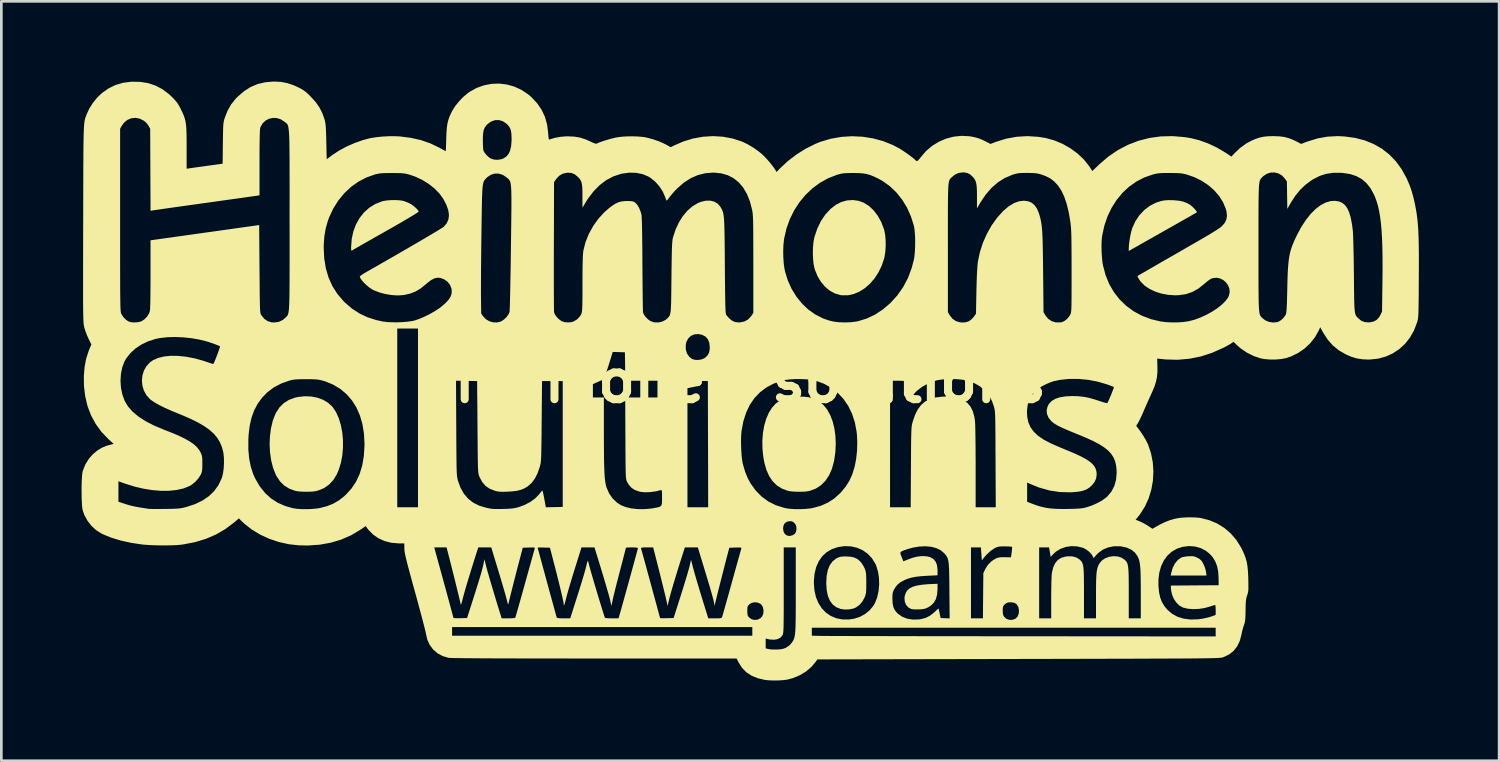
<source format=kicad_pcb>
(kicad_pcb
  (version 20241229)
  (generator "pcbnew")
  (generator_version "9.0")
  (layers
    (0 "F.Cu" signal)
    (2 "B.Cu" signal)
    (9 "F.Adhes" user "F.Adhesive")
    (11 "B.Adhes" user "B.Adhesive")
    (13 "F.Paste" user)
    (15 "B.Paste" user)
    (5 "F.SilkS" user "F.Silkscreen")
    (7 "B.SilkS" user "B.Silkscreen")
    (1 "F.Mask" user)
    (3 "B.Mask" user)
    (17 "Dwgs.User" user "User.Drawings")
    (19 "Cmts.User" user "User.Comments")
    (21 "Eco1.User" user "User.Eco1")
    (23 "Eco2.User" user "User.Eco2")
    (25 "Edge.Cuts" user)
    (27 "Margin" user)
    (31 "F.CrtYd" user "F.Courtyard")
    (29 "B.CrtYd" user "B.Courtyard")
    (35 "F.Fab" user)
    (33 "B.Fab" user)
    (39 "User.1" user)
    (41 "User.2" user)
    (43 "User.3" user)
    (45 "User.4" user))
  (footprint "heimonen solutions"
    (layer "F.Cu")
    (at 25.003 11.198)
    (property "Reference" "heimonen solutions" (at 0 0 0) (layer "F.SilkS") (effects (font (size 1.5 1.5) (thickness 0.3))))
    (attr board_only exclude_from_pos_files exclude_from_bom)
    (fp_poly (pts (xy 16.568 6.551) (xy 16.63 6.567) (xy 16.699 6.598) (xy 16.725 6.612) (xy 16.803 6.657) (xy 16.858 6.705) (xy 16.904 6.771) (xy 16.943 6.845) (xy 16.988 6.949) (xy 17.023 7.059) (xy 17.04 7.138) (xy 17.056 7.27) (xy 16.388 7.27) (xy 15.719 7.27) (xy 15.737 7.178) (xy 15.792 6.984) (xy 15.877 6.818) (xy 15.989 6.686) (xy 16.107 6.602) (xy 16.182 6.577) (xy 16.29 6.558) (xy 16.387 6.55) (xy 16.493 6.546)) (stroke (width 0) (type solid)) (fill yes) (layer "F.SilkS"))
    (fp_poly (pts (xy 7 7.77) (xy 6.985 7.978) (xy 6.939 8.15) (xy 6.859 8.289) (xy 6.744 8.4) (xy 6.64 8.464) (xy 6.558 8.5) (xy 6.475 8.522) (xy 6.37 8.534) (xy 6.3 8.537) (xy 6.192 8.538) (xy 6.095 8.533) (xy 6.026 8.524) (xy 6.015 8.521) (xy 5.906 8.462) (xy 5.825 8.368) (xy 5.776 8.248) (xy 5.764 8.111) (xy 5.776 8.03) (xy 5.813 7.917) (xy 5.871 7.824) (xy 5.956 7.75) (xy 6.07 7.691) (xy 6.219 7.647) (xy 6.407 7.616) (xy 6.637 7.595) (xy 6.781 7.588) (xy 7 7.579)) (stroke (width 0) (type solid)) (fill yes) (layer "F.SilkS"))
    (fp_poly (pts (xy 3.753 6.567) (xy 3.895 6.6) (xy 4.013 6.66) (xy 4.117 6.751) (xy 4.12 6.754) (xy 4.185 6.84) (xy 4.247 6.945) (xy 4.277 7.009) (xy 4.3 7.071) (xy 4.316 7.13) (xy 4.327 7.198) (xy 4.333 7.283) (xy 4.336 7.398) (xy 4.336 7.545) (xy 4.336 7.698) (xy 4.333 7.811) (xy 4.327 7.896) (xy 4.316 7.962) (xy 4.299 8.022) (xy 4.278 8.08) (xy 4.195 8.236) (xy 4.084 8.366) (xy 3.954 8.462) (xy 3.852 8.506) (xy 3.697 8.536) (xy 3.533 8.541) (xy 3.388 8.522) (xy 3.22 8.459) (xy 3.084 8.357) (xy 2.978 8.216) (xy 2.902 8.037) (xy 2.856 7.817) (xy 2.84 7.558) (xy 2.84 7.545) (xy 2.854 7.284) (xy 2.899 7.063) (xy 2.973 6.881) (xy 3.078 6.738) (xy 3.213 6.633) (xy 3.237 6.62) (xy 3.31 6.587) (xy 3.381 6.568) (xy 3.468 6.559) (xy 3.574 6.556)) (stroke (width 0) (type solid)) (fill yes) (layer "F.SilkS"))
    (fp_poly (pts (xy 4.046 -6.74) (xy 4.241 -6.669) (xy 4.435 -6.547) (xy 4.611 -6.382) (xy 4.766 -6.18) (xy 4.895 -5.947) (xy 4.994 -5.688) (xy 5.005 -5.654) (xy 5.04 -5.482) (xy 5.059 -5.279) (xy 5.062 -5.062) (xy 5.049 -4.848) (xy 5.02 -4.653) (xy 5.003 -4.581) (xy 4.911 -4.309) (xy 4.789 -4.059) (xy 4.641 -3.834) (xy 4.471 -3.638) (xy 4.283 -3.474) (xy 4.082 -3.346) (xy 3.871 -3.256) (xy 3.653 -3.209) (xy 3.434 -3.207) (xy 3.365 -3.216) (xy 3.161 -3.277) (xy 2.969 -3.382) (xy 2.795 -3.527) (xy 2.642 -3.708) (xy 2.515 -3.92) (xy 2.417 -4.159) (xy 2.395 -4.234) (xy 2.364 -4.393) (xy 2.345 -4.585) (xy 2.338 -4.794) (xy 2.344 -5.004) (xy 2.362 -5.2) (xy 2.393 -5.365) (xy 2.396 -5.378) (xy 2.503 -5.697) (xy 2.64 -5.981) (xy 2.807 -6.229) (xy 3.001 -6.438) (xy 3.205 -6.595) (xy 3.403 -6.696) (xy 3.615 -6.754) (xy 3.833 -6.769)) (stroke (width 0) (type solid)) (fill yes) (layer "F.SilkS"))
    (fp_poly (pts (xy 15.797 -6.763) (xy 15.812 -6.763) (xy 16.019 -6.745) (xy 16.19 -6.709) (xy 16.336 -6.652) (xy 16.47 -6.57) (xy 16.529 -6.521) (xy 16.59 -6.46) (xy 16.645 -6.398) (xy 16.685 -6.346) (xy 16.699 -6.313) (xy 16.697 -6.309) (xy 16.674 -6.296) (xy 16.612 -6.26) (xy 16.514 -6.204) (xy 16.384 -6.13) (xy 16.228 -6.041) (xy 16.047 -5.939) (xy 15.848 -5.826) (xy 15.633 -5.704) (xy 15.525 -5.643) (xy 15.3 -5.516) (xy 15.086 -5.395) (xy 14.887 -5.282) (xy 14.706 -5.18) (xy 14.55 -5.091) (xy 14.422 -5.018) (xy 14.326 -4.964) (xy 14.268 -4.931) (xy 14.256 -4.924) (xy 14.15 -4.863) (xy 14.15 -4.971) (xy 14.158 -5.101) (xy 14.178 -5.259) (xy 14.207 -5.427) (xy 14.241 -5.584) (xy 14.279 -5.713) (xy 14.283 -5.726) (xy 14.398 -5.977) (xy 14.549 -6.201) (xy 14.731 -6.395) (xy 14.939 -6.553) (xy 15.168 -6.671) (xy 15.365 -6.734) (xy 15.489 -6.756) (xy 15.627 -6.765)) (stroke (width 0) (type solid)) (fill yes) (layer "F.SilkS"))
    (fp_poly (pts (xy -16.417 0.577) (xy -16.183 0.622) (xy -15.97 0.702) (xy -15.783 0.813) (xy -15.63 0.954) (xy -15.616 0.97) (xy -15.489 1.16) (xy -15.387 1.387) (xy -15.309 1.642) (xy -15.257 1.917) (xy -15.23 2.205) (xy -15.23 2.499) (xy -15.256 2.789) (xy -15.31 3.068) (xy -15.392 3.329) (xy -15.465 3.496) (xy -15.595 3.705) (xy -15.756 3.875) (xy -15.944 4.005) (xy -16.158 4.092) (xy -16.245 4.114) (xy -16.36 4.13) (xy -16.503 4.138) (xy -16.659 4.138) (xy -16.811 4.132) (xy -16.942 4.118) (xy -17.018 4.103) (xy -17.237 4.023) (xy -17.423 3.908) (xy -17.578 3.756) (xy -17.709 3.562) (xy -17.748 3.486) (xy -17.845 3.239) (xy -17.915 2.963) (xy -17.957 2.667) (xy -17.972 2.362) (xy -17.96 2.057) (xy -17.921 1.762) (xy -17.855 1.487) (xy -17.762 1.242) (xy -17.734 1.185) (xy -17.605 0.986) (xy -17.447 0.828) (xy -17.258 0.707) (xy -17.035 0.623) (xy -16.916 0.596) (xy -16.663 0.567)) (stroke (width 0) (type solid)) (fill yes) (layer "F.SilkS"))
    (fp_poly (pts (xy -13.152 -6.762) (xy -13.026 -6.747) (xy -13.003 -6.743) (xy -12.917 -6.717) (xy -12.815 -6.678) (xy -12.754 -6.652) (xy -12.669 -6.603) (xy -12.582 -6.54) (xy -12.501 -6.47) (xy -12.438 -6.404) (xy -12.404 -6.351) (xy -12.4 -6.335) (xy -12.421 -6.316) (xy -12.483 -6.275) (xy -12.582 -6.213) (xy -12.714 -6.133) (xy -12.877 -6.037) (xy -13.066 -5.926) (xy -13.279 -5.803) (xy -13.513 -5.67) (xy -13.606 -5.617) (xy -13.833 -5.489) (xy -14.048 -5.367) (xy -14.247 -5.254) (xy -14.425 -5.152) (xy -14.58 -5.064) (xy -14.705 -4.993) (xy -14.798 -4.939) (xy -14.854 -4.907) (xy -14.869 -4.898) (xy -14.9 -4.88) (xy -14.917 -4.883) (xy -14.924 -4.917) (xy -14.925 -4.99) (xy -14.925 -5.008) (xy -14.903 -5.312) (xy -14.841 -5.598) (xy -14.741 -5.862) (xy -14.607 -6.1) (xy -14.441 -6.308) (xy -14.245 -6.483) (xy -14.022 -6.621) (xy -13.774 -6.718) (xy -13.732 -6.73) (xy -13.612 -6.751) (xy -13.464 -6.764) (xy -13.304 -6.768)) (stroke (width 0) (type solid)) (fill yes) (layer "F.SilkS"))
    (fp_poly (pts (xy 2.019 0.585) (xy 2.189 0.606) (xy 2.337 0.645) (xy 2.475 0.706) (xy 2.582 0.768) (xy 2.738 0.897) (xy 2.874 1.066) (xy 2.988 1.271) (xy 3.078 1.507) (xy 3.143 1.769) (xy 3.183 2.051) (xy 3.195 2.349) (xy 3.18 2.657) (xy 3.134 2.97) (xy 3.126 3.011) (xy 3.05 3.286) (xy 2.943 3.526) (xy 2.807 3.73) (xy 2.643 3.894) (xy 2.452 4.018) (xy 2.237 4.1) (xy 2.18 4.114) (xy 2.066 4.13) (xy 1.922 4.138) (xy 1.766 4.138) (xy 1.614 4.132) (xy 1.482 4.118) (xy 1.407 4.103) (xy 1.189 4.023) (xy 1.001 3.907) (xy 0.842 3.754) (xy 0.711 3.563) (xy 0.606 3.331) (xy 0.527 3.058) (xy 0.487 2.84) (xy 0.454 2.531) (xy 0.45 2.228) (xy 0.473 1.937) (xy 0.521 1.664) (xy 0.594 1.413) (xy 0.69 1.189) (xy 0.808 0.999) (xy 0.946 0.847) (xy 1.033 0.78) (xy 1.171 0.698) (xy 1.306 0.64) (xy 1.453 0.603) (xy 1.622 0.584) (xy 1.812 0.579)) (stroke (width 0) (type solid)) (fill yes) (layer "F.SilkS"))
    (fp_poly (pts (xy -17.541 -11.185) (xy -17.312 -11.141) (xy -17.081 -11.064) (xy -16.9 -10.982) (xy -16.792 -10.926) (xy -16.703 -10.872) (xy -16.621 -10.81) (xy -16.532 -10.731) (xy -16.425 -10.625) (xy -16.247 -10.427) (xy -16.109 -10.23) (xy -16.003 -10.022) (xy -15.923 -9.797) (xy -15.906 -9.734) (xy -15.892 -9.669) (xy -15.881 -9.596) (xy -15.873 -9.507) (xy -15.866 -9.394) (xy -15.861 -9.25) (xy -15.855 -9.068) (xy -15.853 -8.952) (xy -15.838 -8.295) (xy -15.637 -8.445) (xy -15.382 -8.614) (xy -15.092 -8.77) (xy -14.782 -8.906) (xy -14.468 -9.015) (xy -14.208 -9.082) (xy -13.99 -9.118) (xy -13.743 -9.143) (xy -13.486 -9.156) (xy -13.239 -9.154) (xy -13.101 -9.147) (xy -12.694 -9.095) (xy -12.318 -9.01) (xy -11.966 -8.889) (xy -11.63 -8.728) (xy -11.576 -8.698) (xy -11.492 -8.651) (xy -11.427 -8.616) (xy -11.392 -8.597) (xy -11.388 -8.596) (xy -11.385 -8.62) (xy -11.381 -8.686) (xy -11.377 -8.786) (xy -11.373 -8.914) (xy -11.37 -9.003) (xy -10 -9.003) (xy -9.998 -8.874) (xy -9.994 -8.759) (xy -9.986 -8.669) (xy -9.978 -8.616) (xy -9.977 -8.613) (xy -9.929 -8.53) (xy -9.854 -8.441) (xy -9.766 -8.362) (xy -9.702 -8.32) (xy -9.583 -8.281) (xy -9.445 -8.273) (xy -9.307 -8.295) (xy -9.235 -8.322) (xy -9.123 -8.394) (xy -9.038 -8.493) (xy -8.979 -8.623) (xy -8.942 -8.788) (xy -8.926 -8.994) (xy -8.926 -9.071) (xy -8.931 -9.234) (xy -8.949 -9.359) (xy -8.984 -9.459) (xy -9.039 -9.544) (xy -9.119 -9.626) (xy -9.12 -9.627) (xy -9.252 -9.716) (xy -9.397 -9.759) (xy -9.545 -9.755) (xy -9.689 -9.705) (xy -9.795 -9.633) (xy -9.872 -9.559) (xy -9.927 -9.483) (xy -9.965 -9.395) (xy -9.987 -9.286) (xy -9.998 -9.144) (xy -10 -9.003) (xy -11.37 -9.003) (xy -11.369 -9.06) (xy -11.369 -9.065) (xy -11.36 -9.285) (xy -11.347 -9.465) (xy -11.326 -9.617) (xy -11.294 -9.752) (xy -11.25 -9.88) (xy -11.191 -10.012) (xy -11.142 -10.108) (xy -11.034 -10.28) (xy -10.892 -10.457) (xy -10.731 -10.624) (xy -10.563 -10.766) (xy -10.499 -10.812) (xy -10.236 -10.958) (xy -9.959 -11.058) (xy -9.674 -11.113) (xy -9.386 -11.123) (xy -9.1 -11.088) (xy -8.821 -11.01) (xy -8.556 -10.888) (xy -8.308 -10.722) (xy -8.184 -10.616) (xy -7.969 -10.386) (xy -7.8 -10.139) (xy -7.676 -9.873) (xy -7.596 -9.583) (xy -7.558 -9.277) (xy -7.55 -9.16) (xy -7.542 -9.086) (xy -7.531 -9.046) (xy -7.517 -9.032) (xy -7.502 -9.035) (xy -7.318 -9.092) (xy -7.104 -9.132) (xy -6.882 -9.15) (xy -6.825 -9.151) (xy -6.583 -9.14) (xy -6.367 -9.104) (xy -6.159 -9.037) (xy -5.992 -8.963) (xy -5.889 -8.914) (xy -5.82 -8.886) (xy -5.773 -8.875) (xy -5.739 -8.879) (xy -5.719 -8.889) (xy -5.65 -8.92) (xy -5.545 -8.958) (xy -5.418 -9) (xy -5.28 -9.041) (xy -5.144 -9.077) (xy -5.023 -9.105) (xy -4.987 -9.113) (xy -4.819 -9.135) (xy -4.622 -9.148) (xy -4.413 -9.151) (xy -4.207 -9.145) (xy -4.022 -9.129) (xy -3.9 -9.11) (xy -3.645 -9.044) (xy -3.395 -8.956) (xy -3.171 -8.853) (xy -3.136 -8.834) (xy -2.977 -8.745) (xy -2.857 -8.805) (xy -2.502 -8.959) (xy -2.136 -9.07) (xy -1.763 -9.136) (xy -1.39 -9.159) (xy -1.02 -9.136) (xy -0.661 -9.069) (xy -0.316 -8.957) (xy -0.288 -8.945) (xy -0.1 -8.854) (xy 0.101 -8.735) (xy 0.296 -8.599) (xy 0.431 -8.49) (xy 0.523 -8.402) (xy 0.629 -8.289) (xy 0.737 -8.164) (xy 0.835 -8.041) (xy 0.912 -7.933) (xy 0.933 -7.9) (xy 0.982 -7.817) (xy 1.11 -7.951) (xy 1.402 -8.224) (xy 1.728 -8.473) (xy 2.076 -8.691) (xy 2.436 -8.87) (xy 2.621 -8.945) (xy 3.003 -9.059) (xy 3.397 -9.129) (xy 3.797 -9.155) (xy 4.197 -9.136) (xy 4.59 -9.074) (xy 4.972 -8.97) (xy 5.336 -8.823) (xy 5.569 -8.7) (xy 5.666 -8.639) (xy 5.777 -8.566) (xy 5.891 -8.486) (xy 5.998 -8.408) (xy 6.088 -8.338) (xy 6.152 -8.283) (xy 6.172 -8.263) (xy 6.206 -8.231) (xy 6.24 -8.228) (xy 6.282 -8.258) (xy 6.338 -8.324) (xy 6.375 -8.373) (xy 6.569 -8.6) (xy 6.795 -8.792) (xy 7.047 -8.947) (xy 7.318 -9.064) (xy 7.602 -9.138) (xy 7.895 -9.169) (xy 8.188 -9.154) (xy 8.312 -9.133) (xy 8.451 -9.101) (xy 8.571 -9.063) (xy 8.691 -9.013) (xy 8.832 -8.943) (xy 8.834 -8.942) (xy 8.98 -8.866) (xy 9.184 -8.944) (xy 9.564 -9.063) (xy 9.956 -9.134) (xy 10.357 -9.158) (xy 10.763 -9.133) (xy 11.056 -9.085) (xy 11.372 -8.997) (xy 11.679 -8.868) (xy 11.969 -8.703) (xy 12.235 -8.508) (xy 12.469 -8.287) (xy 12.664 -8.044) (xy 12.7 -7.99) (xy 12.787 -7.853) (xy 13.057 -8.111) (xy 13.391 -8.397) (xy 13.746 -8.638) (xy 14.122 -8.834) (xy 14.516 -8.985) (xy 14.926 -9.09) (xy 15.35 -9.148) (xy 15.786 -9.159) (xy 16.232 -9.122) (xy 16.469 -9.084) (xy 16.791 -9.003) (xy 17.121 -8.883) (xy 17.446 -8.73) (xy 17.751 -8.55) (xy 17.778 -8.533) (xy 17.988 -8.392) (xy 18.1 -8.514) (xy 18.314 -8.717) (xy 18.547 -8.885) (xy 18.712 -8.975) (xy 18.882 -9.05) (xy 19.034 -9.102) (xy 19.185 -9.135) (xy 19.35 -9.153) (xy 19.548 -9.158) (xy 19.562 -9.158) (xy 19.784 -9.15) (xy 19.973 -9.125) (xy 20.147 -9.078) (xy 20.323 -9.007) (xy 20.429 -8.954) (xy 20.595 -8.867) (xy 20.829 -8.955) (xy 21.201 -9.071) (xy 21.575 -9.138) (xy 21.957 -9.159) (xy 22.221 -9.146) (xy 22.614 -9.092) (xy 22.978 -8.997) (xy 23.313 -8.861) (xy 23.619 -8.685) (xy 23.894 -8.469) (xy 24.14 -8.213) (xy 24.355 -7.917) (xy 24.54 -7.581) (xy 24.661 -7.298) (xy 24.728 -7.1) (xy 24.792 -6.869) (xy 24.85 -6.62) (xy 24.897 -6.368) (xy 24.911 -6.281) (xy 24.93 -6.139) (xy 24.947 -5.994) (xy 24.961 -5.842) (xy 24.972 -5.679) (xy 24.981 -5.499) (xy 24.988 -5.297) (xy 24.993 -5.069) (xy 24.996 -4.81) (xy 24.997 -4.516) (xy 24.996 -4.18) (xy 24.994 -3.829) (xy 24.992 -3.523) (xy 24.991 -3.262) (xy 24.989 -3.043) (xy 24.986 -2.861) (xy 24.984 -2.712) (xy 24.981 -2.592) (xy 24.977 -2.495) (xy 24.972 -2.419) (xy 24.966 -2.359) (xy 24.959 -2.309) (xy 24.95 -2.267) (xy 24.94 -2.228) (xy 24.928 -2.19) (xy 24.815 -1.894) (xy 24.664 -1.628) (xy 24.48 -1.394) (xy 24.265 -1.196) (xy 24.023 -1.036) (xy 23.758 -0.916) (xy 23.472 -0.838) (xy 23.168 -0.806) (xy 23.113 -0.805) (xy 22.883 -0.815) (xy 22.681 -0.846) (xy 22.488 -0.903) (xy 22.283 -0.99) (xy 22.262 -1) (xy 22.004 -1.15) (xy 21.781 -1.332) (xy 21.588 -1.55) (xy 21.421 -1.808) (xy 21.405 -1.836) (xy 21.309 -2.014) (xy 21.252 -1.888) (xy 21.113 -1.639) (xy 20.932 -1.412) (xy 20.718 -1.212) (xy 20.475 -1.046) (xy 20.209 -0.918) (xy 20.036 -0.86) (xy 19.861 -0.825) (xy 19.658 -0.807) (xy 19.446 -0.805) (xy 19.245 -0.82) (xy 19.094 -0.846) (xy 18.825 -0.935) (xy 18.565 -1.065) (xy 18.326 -1.228) (xy 18.194 -1.344) (xy 18.069 -1.467) (xy 17.976 -1.405) (xy 17.911 -1.365) (xy 17.817 -1.313) (xy 17.712 -1.257) (xy 17.673 -1.238) (xy 17.258 -1.054) (xy 16.839 -0.919) (xy 16.414 -0.834) (xy 15.981 -0.797) (xy 15.535 -0.808) (xy 15.325 -0.829) (xy 15.213 -0.843) (xy 15.221 -0.531) (xy 15.221 -0.33) (xy 15.204 -0.151) (xy 15.169 0.021) (xy 15.113 0.2) (xy 15.03 0.398) (xy 14.989 0.488) (xy 14.926 0.626) (xy 14.852 0.79) (xy 14.777 0.96) (xy 14.71 1.113) (xy 14.71 1.114) (xy 14.653 1.245) (xy 14.596 1.369) (xy 14.544 1.475) (xy 14.505 1.55) (xy 14.497 1.564) (xy 14.428 1.676) (xy 14.489 1.751) (xy 14.589 1.885) (xy 14.69 2.038) (xy 14.782 2.194) (xy 14.855 2.336) (xy 14.874 2.379) (xy 14.983 2.702) (xy 15.048 3.038) (xy 15.071 3.38) (xy 15.053 3.723) (xy 14.993 4.06) (xy 14.894 4.384) (xy 14.755 4.689) (xy 14.578 4.969) (xy 14.514 5.052) (xy 14.407 5.184) (xy 14.555 5.243) (xy 14.653 5.288) (xy 14.767 5.349) (xy 14.87 5.412) (xy 15.037 5.523) (xy 15.113 5.478) (xy 15.319 5.362) (xy 15.5 5.274) (xy 15.671 5.207) (xy 15.843 5.156) (xy 15.971 5.128) (xy 16.114 5.109) (xy 16.286 5.097) (xy 16.471 5.094) (xy 16.648 5.099) (xy 16.8 5.113) (xy 16.839 5.119) (xy 17.158 5.2) (xy 17.452 5.324) (xy 17.721 5.489) (xy 17.961 5.695) (xy 18.171 5.939) (xy 18.348 6.22) (xy 18.399 6.321) (xy 18.468 6.475) (xy 18.521 6.618) (xy 18.56 6.761) (xy 18.587 6.915) (xy 18.605 7.091) (xy 18.616 7.301) (xy 18.619 7.395) (xy 18.622 7.561) (xy 18.623 7.687) (xy 18.622 7.781) (xy 18.616 7.853) (xy 18.606 7.911) (xy 18.591 7.965) (xy 18.577 8.008) (xy 18.556 8.074) (xy 18.54 8.143) (xy 18.53 8.226) (xy 18.523 8.331) (xy 18.519 8.471) (xy 18.517 8.571) (xy 18.514 8.732) (xy 18.509 8.853) (xy 18.501 8.944) (xy 18.49 9.016) (xy 18.473 9.079) (xy 18.454 9.134) (xy 18.42 9.239) (xy 18.387 9.364) (xy 18.364 9.475) (xy 18.301 9.715) (xy 18.203 9.919) (xy 18.069 10.088) (xy 17.901 10.221) (xy 17.698 10.319) (xy 17.682 10.325) (xy 17.667 10.329) (xy 17.651 10.334) (xy 17.631 10.338) (xy 17.607 10.342) (xy 17.575 10.345) (xy 17.535 10.349) (xy 17.485 10.352) (xy 17.423 10.355) (xy 17.348 10.357) (xy 17.257 10.36) (xy 17.15 10.362) (xy 17.023 10.364) (xy 16.877 10.366) (xy 16.708 10.368) (xy 16.516 10.37) (xy 16.298 10.372) (xy 16.053 10.373) (xy 15.779 10.374) (xy 15.475 10.376) (xy 15.139 10.377) (xy 14.768 10.378) (xy 14.362 10.38) (xy 13.919 10.381) (xy 13.437 10.382) (xy 12.914 10.384) (xy 12.348 10.385) (xy 11.739 10.386) (xy 11.084 10.388) (xy 10.381 10.389) (xy 10.023 10.39) (xy 2.508 10.406) (xy 2.454 10.484) (xy 2.289 10.683) (xy 2.086 10.856) (xy 1.852 10.998) (xy 1.595 11.105) (xy 1.395 11.159) (xy 1.258 11.179) (xy 1.09 11.191) (xy 0.91 11.195) (xy 0.735 11.191) (xy 0.583 11.178) (xy 0.541 11.172) (xy 0.275 11.109) (xy 0.047 11.015) (xy -0.146 10.889) (xy -0.304 10.729) (xy -0.43 10.533) (xy -0.431 10.531) (xy -0.512 10.373) (xy -5.827 10.373) (xy -6.505 10.373) (xy -7.135 10.372) (xy -7.716 10.372) (xy -8.25 10.371) (xy -8.738 10.37) (xy -9.18 10.369) (xy -9.577 10.368) (xy -9.931 10.366) (xy -10.241 10.364) (xy -10.51 10.362) (xy -10.738 10.36) (xy -10.925 10.358) (xy -11.073 10.355) (xy -11.183 10.352) (xy -11.255 10.349) (xy -11.289 10.345) (xy -11.505 10.281) (xy -11.696 10.177) (xy -11.859 10.036) (xy -11.987 9.863) (xy -12.078 9.664) (xy -12.086 9.627) (xy 0.575 9.627) (xy 0.575 9.811) (xy 0.575 9.994) (xy 0.681 10.02) (xy 0.758 10.031) (xy 0.863 10.037) (xy 0.978 10.038) (xy 1 10.037) (xy 1.125 10.029) (xy 1.219 10.012) (xy 1.301 9.983) (xy 1.343 9.964) (xy 1.476 9.871) (xy 1.548 9.787) (xy 1.578 9.744) (xy 1.603 9.702) (xy 1.624 9.658) (xy 1.642 9.609) (xy 1.657 9.549) (xy 1.669 9.476) (xy 1.679 9.385) (xy 1.68 9.371) (xy 2.3 9.371) (xy 2.3 9.52) (xy 2.644 9.528) (xy 2.697 9.529) (xy 2.799 9.53) (xy 2.946 9.53) (xy 3.137 9.531) (xy 3.37 9.532) (xy 3.642 9.532) (xy 3.951 9.533) (xy 4.296 9.534) (xy 4.674 9.535) (xy 5.083 9.535) (xy 5.521 9.536) (xy 5.986 9.537) (xy 6.476 9.538) (xy 6.989 9.538) (xy 7.522 9.539) (xy 8.074 9.539) (xy 8.642 9.54) (xy 9.224 9.541) (xy 9.819 9.541) (xy 10.194 9.541) (xy 17.4 9.547) (xy 17.4 9.384) (xy 17.4 9.222) (xy 9.85 9.222) (xy 2.3 9.222) (xy 2.3 9.371) (xy 1.68 9.371) (xy 1.686 9.272) (xy 1.692 9.134) (xy 1.695 8.967) (xy 1.698 8.767) (xy 1.699 8.53) (xy 1.7 8.251) (xy 1.7 7.928) (xy 1.7 7.802) (xy 1.7 7.532) (xy 2.376 7.532) (xy 2.396 7.815) (xy 2.453 8.072) (xy 2.546 8.299) (xy 2.671 8.494) (xy 2.826 8.656) (xy 3.008 8.781) (xy 3.214 8.867) (xy 3.442 8.912) (xy 3.689 8.913) (xy 3.882 8.885) (xy 4.096 8.816) (xy 4.294 8.707) (xy 4.466 8.566) (xy 4.604 8.397) (xy 4.658 8.304) (xy 4.726 8.133) (xy 5.312 8.133) (xy 5.321 8.31) (xy 5.35 8.45) (xy 5.404 8.566) (xy 5.485 8.667) (xy 5.512 8.693) (xy 5.672 8.807) (xy 5.859 8.882) (xy 6.069 8.917) (xy 6.296 8.912) (xy 6.402 8.896) (xy 6.568 8.849) (xy 6.717 8.773) (xy 6.864 8.658) (xy 6.893 8.632) (xy 6.96 8.569) (xy 7.011 8.524) (xy 7.037 8.503) (xy 7.038 8.503) (xy 7.045 8.528) (xy 7.059 8.59) (xy 7.077 8.675) (xy 7.079 8.684) (xy 7.115 8.859) (xy 7.284 8.866) (xy 7.453 8.874) (xy 7.444 7.828) (xy 7.442 7.554) (xy 7.439 7.325) (xy 7.435 7.137) (xy 7.429 6.983) (xy 7.421 6.86) (xy 7.41 6.762) (xy 7.396 6.684) (xy 7.376 6.622) (xy 7.352 6.57) (xy 7.322 6.524) (xy 7.285 6.477) (xy 7.249 6.436) (xy 7.121 6.327) (xy 6.957 6.246) (xy 6.851 6.219) (xy 8.25 6.219) (xy 8.25 7.545) (xy 8.25 8.871) (xy 8.474 8.871) (xy 8.698 8.871) (xy 8.7 8.579) (xy 9.438 8.579) (xy 9.442 8.683) (xy 9.458 8.755) (xy 9.489 8.812) (xy 9.49 8.813) (xy 9.575 8.889) (xy 9.682 8.927) (xy 9.799 8.927) (xy 9.911 8.885) (xy 9.921 8.879) (xy 9.99 8.808) (xy 10.033 8.706) (xy 10.046 8.589) (xy 10.027 8.469) (xy 10.015 8.436) (xy 9.96 8.346) (xy 9.881 8.293) (xy 9.769 8.272) (xy 9.732 8.271) (xy 9.644 8.276) (xy 9.581 8.297) (xy 9.521 8.342) (xy 9.52 8.343) (xy 9.475 8.387) (xy 9.451 8.428) (xy 9.441 8.485) (xy 9.438 8.574) (xy 9.438 8.579) (xy 8.7 8.579) (xy 8.705 8.027) (xy 8.713 7.182) (xy 8.779 7.041) (xy 8.883 6.872) (xy 9.022 6.733) (xy 9.164 6.642) (xy 9.233 6.612) (xy 9.299 6.594) (xy 9.379 6.586) (xy 9.489 6.585) (xy 9.516 6.586) (xy 9.745 6.59) (xy 9.773 6.4) (xy 9.784 6.308) (xy 9.789 6.237) (xy 9.788 6.219) (xy 10.8 6.219) (xy 10.8 7.545) (xy 10.8 8.871) (xy 11.025 8.871) (xy 11.25 8.871) (xy 11.25 8.102) (xy 11.251 7.901) (xy 11.254 7.71) (xy 11.257 7.534) (xy 11.262 7.383) (xy 11.268 7.264) (xy 11.275 7.184) (xy 11.277 7.17) (xy 11.324 6.968) (xy 11.397 6.81) (xy 11.496 6.69) (xy 11.625 6.609) (xy 11.785 6.562) (xy 11.857 6.553) (xy 12.039 6.554) (xy 12.192 6.595) (xy 12.311 6.671) (xy 12.35 6.707) (xy 12.383 6.745) (xy 12.409 6.788) (xy 12.43 6.842) (xy 12.446 6.912) (xy 12.457 7.002) (xy 12.465 7.118) (xy 12.471 7.264) (xy 12.473 7.446) (xy 12.475 7.669) (xy 12.475 7.925) (xy 12.475 8.871) (xy 12.7 8.871) (xy 12.925 8.871) (xy 12.925 8.039) (xy 12.926 7.783) (xy 12.928 7.572) (xy 12.932 7.399) (xy 12.939 7.259) (xy 12.949 7.146) (xy 12.963 7.055) (xy 12.982 6.979) (xy 13.005 6.914) (xy 13.035 6.853) (xy 13.057 6.814) (xy 13.147 6.706) (xy 13.27 6.624) (xy 13.415 6.571) (xy 13.57 6.547) (xy 13.725 6.555) (xy 13.868 6.597) (xy 13.986 6.671) (xy 14.025 6.707) (xy 14.058 6.745) (xy 14.084 6.788) (xy 14.105 6.842) (xy 14.121 6.912) (xy 14.132 7.002) (xy 14.14 7.118) (xy 14.146 7.264) (xy 14.148 7.446) (xy 14.15 7.669) (xy 14.15 7.925) (xy 14.15 8.871) (xy 14.375 8.871) (xy 14.6 8.871) (xy 14.6 7.927) (xy 14.599 7.65) (xy 14.597 7.433) (xy 15.259 7.433) (xy 15.26 7.658) (xy 15.282 7.891) (xy 15.324 8.088) (xy 15.389 8.258) (xy 15.481 8.412) (xy 15.593 8.548) (xy 15.766 8.698) (xy 15.968 8.81) (xy 16.199 8.882) (xy 16.455 8.915) (xy 16.733 8.908) (xy 16.908 8.884) (xy 17.028 8.859) (xy 17.15 8.829) (xy 17.249 8.799) (xy 17.261 8.794) (xy 17.4 8.743) (xy 17.4 8.557) (xy 17.397 8.467) (xy 17.391 8.402) (xy 17.381 8.371) (xy 17.379 8.371) (xy 17.347 8.378) (xy 17.281 8.399) (xy 17.194 8.427) (xy 17.173 8.434) (xy 16.973 8.488) (xy 16.761 8.519) (xy 16.55 8.526) (xy 16.355 8.51) (xy 16.187 8.47) (xy 16.156 8.458) (xy 16.036 8.386) (xy 15.926 8.277) (xy 15.834 8.141) (xy 15.775 8.003) (xy 15.749 7.902) (xy 15.731 7.805) (xy 15.725 7.743) (xy 15.725 7.646) (xy 16.619 7.639) (xy 17.512 7.633) (xy 17.509 7.366) (xy 17.494 7.127) (xy 17.454 6.923) (xy 17.387 6.747) (xy 17.289 6.588) (xy 17.198 6.481) (xy 17.034 6.344) (xy 16.843 6.245) (xy 16.631 6.186) (xy 16.404 6.169) (xy 16.17 6.196) (xy 15.951 6.266) (xy 15.759 6.377) (xy 15.595 6.525) (xy 15.461 6.708) (xy 15.359 6.922) (xy 15.291 7.165) (xy 15.259 7.433) (xy 14.597 7.433) (xy 14.597 7.419) (xy 14.593 7.227) (xy 14.587 7.069) (xy 14.578 6.941) (xy 14.566 6.836) (xy 14.551 6.749) (xy 14.531 6.676) (xy 14.507 6.611) (xy 14.478 6.549) (xy 14.38 6.411) (xy 14.243 6.302) (xy 14.071 6.225) (xy 13.866 6.181) (xy 13.82 6.176) (xy 13.591 6.177) (xy 13.377 6.22) (xy 13.183 6.302) (xy 13.017 6.421) (xy 12.954 6.484) (xy 12.832 6.621) (xy 12.8 6.544) (xy 12.748 6.462) (xy 12.663 6.376) (xy 12.56 6.298) (xy 12.454 6.241) (xy 12.43 6.231) (xy 12.219 6.181) (xy 12.004 6.171) (xy 11.796 6.202) (xy 11.601 6.27) (xy 11.431 6.375) (xy 11.346 6.451) (xy 11.23 6.572) (xy 11.2 6.395) (xy 11.17 6.219) (xy 10.985 6.219) (xy 10.8 6.219) (xy 9.788 6.219) (xy 9.787 6.198) (xy 9.786 6.196) (xy 9.756 6.19) (xy 9.688 6.185) (xy 9.592 6.182) (xy 9.517 6.181) (xy 9.395 6.182) (xy 9.309 6.188) (xy 9.244 6.201) (xy 9.185 6.224) (xy 9.137 6.247) (xy 8.982 6.352) (xy 8.828 6.495) (xy 8.734 6.605) (xy 8.657 6.704) (xy 8.639 6.461) (xy 8.62 6.219) (xy 8.435 6.219) (xy 8.25 6.219) (xy 6.851 6.219) (xy 6.764 6.196) (xy 6.548 6.176) (xy 6.314 6.187) (xy 6.068 6.229) (xy 5.88 6.283) (xy 5.756 6.325) (xy 5.674 6.357) (xy 5.628 6.388) (xy 5.61 6.421) (xy 5.615 6.464) (xy 5.636 6.522) (xy 5.668 6.6) (xy 5.694 6.668) (xy 5.701 6.686) (xy 5.722 6.74) (xy 5.88 6.676) (xy 6.064 6.608) (xy 6.224 6.566) (xy 6.375 6.547) (xy 6.453 6.544) (xy 6.607 6.553) (xy 6.727 6.584) (xy 6.825 6.64) (xy 6.865 6.674) (xy 6.935 6.763) (xy 6.979 6.879) (xy 6.998 7.028) (xy 7 7.1) (xy 7 7.262) (xy 6.631 7.279) (xy 6.395 7.294) (xy 6.198 7.316) (xy 6.033 7.347) (xy 5.889 7.389) (xy 5.765 7.44) (xy 5.624 7.516) (xy 5.519 7.596) (xy 5.437 7.692) (xy 5.386 7.774) (xy 5.35 7.845) (xy 5.328 7.907) (xy 5.317 7.978) (xy 5.313 8.074) (xy 5.312 8.133) (xy 4.726 8.133) (xy 4.741 8.093) (xy 4.795 7.856) (xy 4.818 7.605) (xy 4.81 7.352) (xy 4.772 7.111) (xy 4.704 6.892) (xy 4.675 6.828) (xy 4.549 6.625) (xy 4.389 6.456) (xy 4.202 6.324) (xy 3.991 6.231) (xy 3.762 6.18) (xy 3.52 6.171) (xy 3.277 6.207) (xy 3.05 6.284) (xy 2.853 6.4) (xy 2.688 6.552) (xy 2.557 6.739) (xy 2.461 6.959) (xy 2.4 7.211) (xy 2.376 7.493) (xy 2.376 7.532) (xy 1.7 7.532) (xy 1.7 6.219) (xy 1.475 6.219) (xy 1.25 6.219) (xy 1.25 7.814) (xy 1.25 8.138) (xy 1.25 8.415) (xy 1.249 8.651) (xy 1.248 8.847) (xy 1.246 9.009) (xy 1.244 9.139) (xy 1.241 9.243) (xy 1.237 9.323) (xy 1.233 9.383) (xy 1.227 9.427) (xy 1.22 9.46) (xy 1.212 9.484) (xy 1.206 9.497) (xy 1.135 9.586) (xy 1.029 9.645) (xy 0.894 9.671) (xy 0.736 9.662) (xy 0.669 9.649) (xy 0.575 9.627) (xy -12.086 9.627) (xy -12.122 9.47) (xy -12.133 9.416) (xy -12.146 9.359) (xy -11.15 9.359) (xy -11.15 9.522) (xy -5.537 9.522) (xy 0.075 9.522) (xy 0.075 9.359) (xy 0.075 9.197) (xy -5.537 9.197) (xy -11.15 9.197) (xy -11.15 9.359) (xy -12.146 9.359) (xy -12.155 9.32) (xy -12.189 9.185) (xy -12.232 9.016) (xy -12.284 8.818) (xy -12.343 8.597) (xy -12.408 8.356) (xy -12.477 8.101) (xy -12.537 7.883) (xy -12.622 7.578) (xy -12.693 7.316) (xy -12.753 7.095) (xy -12.802 6.91) (xy -12.842 6.757) (xy -12.873 6.631) (xy -12.897 6.529) (xy -12.913 6.447) (xy -12.925 6.38) (xy -12.931 6.325) (xy -12.934 6.277) (xy -12.934 6.262) (xy -12.935 6.219) (xy -11.818 6.219) (xy -11.459 7.526) (xy -11.391 7.773) (xy -11.328 8.005) (xy -11.27 8.219) (xy -11.218 8.409) (xy -11.175 8.571) (xy -11.14 8.7) (xy -11.115 8.793) (xy -11.102 8.844) (xy -11.1 8.853) (xy -11.077 8.861) (xy -11.014 8.866) (xy -10.922 8.867) (xy -10.845 8.866) (xy -10.59 8.859) (xy -10.37 8.171) (xy -10.28 7.888) (xy -10.204 7.648) (xy -10.142 7.446) (xy -10.091 7.278) (xy -10.05 7.137) (xy -10.019 7.02) (xy -9.994 6.922) (xy -9.976 6.837) (xy -9.973 6.821) (xy -9.942 6.66) (xy -9.874 6.933) (xy -9.852 7.016) (xy -9.817 7.139) (xy -9.772 7.296) (xy -9.719 7.477) (xy -9.661 7.677) (xy -9.598 7.887) (xy -9.534 8.1) (xy -9.471 8.309) (xy -9.41 8.507) (xy -9.355 8.685) (xy -9.322 8.79) (xy -9.296 8.871) (xy -9.05 8.871) (xy -8.943 8.869) (xy -8.857 8.863) (xy -8.802 8.854) (xy -8.788 8.847) (xy -8.779 8.819) (xy -8.757 8.747) (xy -8.725 8.637) (xy -8.684 8.491) (xy -8.634 8.316) (xy -8.577 8.116) (xy -8.515 7.894) (xy -8.449 7.657) (xy -8.423 7.565) (xy -8.356 7.322) (xy -8.292 7.092) (xy -8.233 6.882) (xy -8.181 6.694) (xy -8.136 6.534) (xy -8.101 6.406) (xy -8.075 6.316) (xy -8.062 6.268) (xy -8.06 6.261) (xy -8.057 6.241) (xy -8.07 6.229) (xy -7.95 6.229) (xy -7.944 6.255) (xy -7.925 6.323) (xy -7.897 6.429) (xy -7.86 6.567) (xy -7.815 6.732) (xy -7.765 6.918) (xy -7.71 7.119) (xy -7.652 7.332) (xy -7.593 7.549) (xy -7.534 7.766) (xy -7.476 7.977) (xy -7.421 8.177) (xy -7.371 8.36) (xy -7.326 8.522) (xy -7.289 8.656) (xy -7.261 8.758) (xy -7.243 8.821) (xy -7.238 8.84) (xy -7.213 8.856) (xy -7.151 8.866) (xy -7.045 8.871) (xy -6.98 8.871) (xy -6.733 8.871) (xy -6.465 8.031) (xy -6.399 7.823) (xy -6.336 7.62) (xy -6.278 7.429) (xy -6.227 7.258) (xy -6.186 7.115) (xy -6.156 7.006) (xy -6.143 6.955) (xy -6.119 6.854) (xy -6.097 6.775) (xy -6.081 6.728) (xy -6.075 6.719) (xy -6.063 6.742) (xy -6.045 6.8) (xy -6.028 6.875) (xy -6.015 6.928) (xy -5.99 7.018) (xy -5.955 7.142) (xy -5.911 7.291) (xy -5.862 7.46) (xy -5.808 7.643) (xy -5.751 7.833) (xy -5.694 8.024) (xy -5.638 8.209) (xy -5.585 8.382) (xy -5.537 8.538) (xy -5.496 8.668) (xy -5.464 8.768) (xy -5.443 8.831) (xy -5.435 8.85) (xy -5.406 8.859) (xy -5.339 8.866) (xy -5.244 8.87) (xy -5.175 8.871) (xy -4.929 8.871) (xy -4.903 8.79) (xy -4.889 8.742) (xy -4.863 8.653) (xy -4.828 8.53) (xy -4.786 8.378) (xy -4.737 8.202) (xy -4.683 8.008) (xy -4.626 7.801) (xy -4.566 7.587) (xy -4.507 7.372) (xy -4.449 7.16) (xy -4.393 6.957) (xy -4.341 6.769) (xy -4.296 6.601) (xy -4.257 6.459) (xy -4.227 6.349) (xy -4.208 6.275) (xy -4.202 6.25) (xy -4.087 6.25) (xy -4.078 6.281) (xy -4.058 6.355) (xy -4.027 6.465) (xy -3.988 6.606) (xy -3.942 6.774) (xy -3.89 6.962) (xy -3.835 7.166) (xy -3.776 7.379) (xy -3.717 7.596) (xy -3.658 7.813) (xy -3.601 8.023) (xy -3.547 8.221) (xy -3.498 8.402) (xy -3.455 8.56) (xy -3.42 8.69) (xy -3.394 8.787) (xy -3.379 8.845) (xy -3.375 8.86) (xy -3.352 8.865) (xy -3.289 8.867) (xy -3.197 8.867) (xy -3.121 8.866) (xy -2.867 8.859) (xy -2.596 8.008) (xy -2.531 7.8) (xy -2.467 7.595) (xy -2.409 7.403) (xy -2.357 7.23) (xy -2.315 7.085) (xy -2.285 6.974) (xy -2.271 6.92) (xy -2.216 6.682) (xy -2.149 6.944) (xy -2.115 7.071) (xy -2.067 7.241) (xy -2.005 7.454) (xy -1.928 7.711) (xy -1.837 8.013) (xy -1.73 8.361) (xy -1.659 8.59) (xy -1.572 8.871) (xy -1.323 8.871) (xy -1.209 8.871) (xy -1.135 8.867) (xy -1.091 8.859) (xy -1.068 8.844) (xy -1.054 8.819) (xy -1.052 8.815) (xy -1.042 8.78) (xy -1.019 8.702) (xy -0.987 8.591) (xy -0.113 8.591) (xy -0.109 8.694) (xy -0.097 8.761) (xy -0.074 8.808) (xy -0.062 8.822) (xy 0.037 8.899) (xy 0.151 8.932) (xy 0.271 8.921) (xy 0.38 8.868) (xy 0.447 8.792) (xy 0.486 8.691) (xy 0.495 8.578) (xy 0.475 8.468) (xy 0.427 8.374) (xy 0.367 8.319) (xy 0.254 8.276) (xy 0.134 8.271) (xy 0.023 8.306) (xy -0.031 8.344) (xy -0.074 8.386) (xy -0.098 8.425) (xy -0.11 8.478) (xy -0.112 8.561) (xy -0.113 8.591) (xy -0.987 8.591) (xy -0.986 8.586) (xy -0.943 8.435) (xy -0.893 8.256) (xy -0.835 8.052) (xy -0.773 7.828) (xy -0.707 7.59) (xy -0.688 7.522) (xy -0.621 7.281) (xy -0.558 7.055) (xy -0.5 6.847) (xy -0.449 6.663) (xy -0.405 6.507) (xy -0.37 6.384) (xy -0.346 6.298) (xy -0.333 6.255) (xy -0.332 6.251) (xy -0.335 6.235) (xy -0.364 6.225) (xy -0.426 6.222) (xy -0.529 6.223) (xy -0.551 6.224) (xy -0.784 6.231) (xy -0.805 6.306) (xy -0.826 6.386) (xy -0.857 6.503) (xy -0.895 6.648) (xy -0.938 6.816) (xy -0.985 7) (xy -1.035 7.194) (xy -1.085 7.391) (xy -1.134 7.585) (xy -1.181 7.768) (xy -1.223 7.936) (xy -1.259 8.08) (xy -1.287 8.195) (xy -1.306 8.273) (xy -1.314 8.308) (xy -1.331 8.408) (xy -1.367 8.237) (xy -1.385 8.159) (xy -1.416 8.044) (xy -1.455 7.903) (xy -1.5 7.746) (xy -1.548 7.584) (xy -1.551 7.574) (xy -1.608 7.386) (xy -1.671 7.177) (xy -1.735 6.966) (xy -1.794 6.771) (xy -1.831 6.65) (xy -1.961 6.219) (xy -2.203 6.219) (xy -2.446 6.219) (xy -2.497 6.375) (xy -2.574 6.615) (xy -2.652 6.861) (xy -2.728 7.106) (xy -2.8 7.342) (xy -2.867 7.563) (xy -2.925 7.761) (xy -2.973 7.929) (xy -3.009 8.061) (xy -3.021 8.108) (xy -3.094 8.408) (xy -3.124 8.258) (xy -3.139 8.189) (xy -3.165 8.077) (xy -3.202 7.926) (xy -3.247 7.74) (xy -3.301 7.525) (xy -3.36 7.286) (xy -3.426 7.026) (xy -3.495 6.751) (xy -3.556 6.513) (xy -3.631 6.219) (xy -3.865 6.219) (xy -3.979 6.22) (xy -4.05 6.226) (xy -4.083 6.237) (xy -4.087 6.25) (xy -4.202 6.25) (xy -4.2 6.243) (xy -4.2 6.242) (xy -4.223 6.232) (xy -4.285 6.224) (xy -4.375 6.219) (xy -4.425 6.219) (xy -4.524 6.22) (xy -4.601 6.223) (xy -4.644 6.228) (xy -4.65 6.231) (xy -4.656 6.257) (xy -4.674 6.326) (xy -4.701 6.432) (xy -4.737 6.57) (xy -4.779 6.735) (xy -4.828 6.921) (xy -4.878 7.113) (xy -4.933 7.324) (xy -4.986 7.529) (xy -5.035 7.72) (xy -5.077 7.891) (xy -5.112 8.033) (xy -5.138 8.141) (xy -5.149 8.195) (xy -5.193 8.407) (xy -5.237 8.207) (xy -5.259 8.116) (xy -5.296 7.98) (xy -5.347 7.803) (xy -5.41 7.588) (xy -5.484 7.337) (xy -5.569 7.055) (xy -5.664 6.744) (xy -5.74 6.5) (xy -5.827 6.219) (xy -6.07 6.219) (xy -6.312 6.219) (xy -6.561 7.013) (xy -6.625 7.219) (xy -6.687 7.424) (xy -6.745 7.618) (xy -6.797 7.794) (xy -6.839 7.943) (xy -6.87 8.057) (xy -6.879 8.093) (xy -6.915 8.234) (xy -6.941 8.329) (xy -6.959 8.38) (xy -6.97 8.39) (xy -6.975 8.361) (xy -6.975 8.344) (xy -6.981 8.296) (xy -6.999 8.204) (xy -7.028 8.074) (xy -7.066 7.91) (xy -7.112 7.716) (xy -7.165 7.498) (xy -7.225 7.261) (xy -7.289 7.008) (xy -7.345 6.794) (xy -7.491 6.231) (xy -7.721 6.224) (xy -7.821 6.222) (xy -7.899 6.223) (xy -7.943 6.226) (xy -7.95 6.229) (xy -8.07 6.229) (xy -8.071 6.228) (xy -8.111 6.222) (xy -8.184 6.221) (xy -8.277 6.224) (xy -8.508 6.231) (xy -8.653 6.782) (xy -8.7 6.961) (xy -8.751 7.158) (xy -8.804 7.365) (xy -8.857 7.573) (xy -8.908 7.774) (xy -8.954 7.958) (xy -8.993 8.117) (xy -9.024 8.243) (xy -9.039 8.308) (xy -9.048 8.34) (xy -9.058 8.341) (xy -9.072 8.306) (xy -9.092 8.231) (xy -9.103 8.183) (xy -9.122 8.112) (xy -9.152 8.001) (xy -9.194 7.855) (xy -9.244 7.683) (xy -9.301 7.49) (xy -9.362 7.285) (xy -9.418 7.101) (xy -9.685 6.219) (xy -9.928 6.219) (xy -10.171 6.219) (xy -10.209 6.337) (xy -10.321 6.688) (xy -10.422 7.011) (xy -10.512 7.303) (xy -10.59 7.56) (xy -10.655 7.78) (xy -10.705 7.959) (xy -10.738 8.083) (xy -10.771 8.212) (xy -10.794 8.298) (xy -10.81 8.345) (xy -10.821 8.359) (xy -10.829 8.345) (xy -10.836 8.308) (xy -10.845 8.265) (xy -10.865 8.18) (xy -10.894 8.059) (xy -10.931 7.909) (xy -10.973 7.736) (xy -11.02 7.547) (xy -11.069 7.348) (xy -11.12 7.146) (xy -11.17 6.946) (xy -11.218 6.756) (xy -11.262 6.582) (xy -11.301 6.43) (xy -11.319 6.363) (xy -11.356 6.219) (xy -11.587 6.219) (xy -11.818 6.219) (xy -12.935 6.219) (xy -12.937 6.068) (xy -13.15 6.068) (xy -13.418 6.046) (xy -13.669 5.983) (xy -13.899 5.88) (xy -14.1 5.742) (xy -14.269 5.57) (xy -14.286 5.549) (xy -14.313 5.513) (xy 1.225 5.513) (xy 1.244 5.634) (xy 1.297 5.724) (xy 1.377 5.778) (xy 1.476 5.792) (xy 1.587 5.762) (xy 1.601 5.755) (xy 1.671 5.704) (xy 1.71 5.635) (xy 1.725 5.534) (xy 1.725 5.507) (xy 1.716 5.418) (xy 1.682 5.348) (xy 1.655 5.315) (xy 1.6 5.264) (xy 1.542 5.242) (xy 1.474 5.238) (xy 1.364 5.26) (xy 1.283 5.321) (xy 1.236 5.417) (xy 1.225 5.513) (xy -14.313 5.513) (xy -14.381 5.423) (xy -14.579 5.558) (xy -14.925 5.764) (xy -15.295 5.926) (xy -15.688 6.044) (xy -16.104 6.118) (xy -16.543 6.148) (xy -16.887 6.141) (xy -17.262 6.099) (xy -17.631 6.016) (xy -17.988 5.895) (xy -18.325 5.74) (xy -18.635 5.553) (xy -18.911 5.337) (xy -18.992 5.261) (xy -19.122 5.134) (xy -19.292 5.28) (xy -19.617 5.526) (xy -19.968 5.732) (xy -20.348 5.896) (xy -20.757 6.021) (xy -21.195 6.106) (xy -21.288 6.119) (xy -21.436 6.132) (xy -21.622 6.14) (xy -21.832 6.144) (xy -22.055 6.144) (xy -22.279 6.139) (xy -22.49 6.129) (xy -22.677 6.116) (xy -22.775 6.105) (xy -23.173 6.044) (xy -23.545 5.96) (xy -23.884 5.858) (xy -24.183 5.737) (xy -24.262 5.699) (xy -24.458 5.574) (xy -24.635 5.411) (xy -24.785 5.218) (xy -24.9 5.006) (xy -24.962 4.829) (xy -24.977 4.743) (xy -24.988 4.618) (xy -24.996 4.463) (xy -25.001 4.29) (xy -25.003 4.106) (xy -25.002 3.922) (xy -24.997 3.747) (xy -24.997 3.747) (xy -23.625 3.747) (xy -23.625 4.129) (xy -23.625 4.512) (xy -23.355 4.6) (xy -23.241 4.635) (xy -23.127 4.665) (xy -23.002 4.693) (xy -22.856 4.72) (xy -22.68 4.748) (xy -22.488 4.777) (xy -22.441 4.78) (xy -22.352 4.782) (xy -22.231 4.783) (xy -22.086 4.782) (xy -21.926 4.781) (xy -21.875 4.781) (xy -21.691 4.778) (xy -21.547 4.774) (xy -21.434 4.768) (xy -21.341 4.76) (xy -21.26 4.748) (xy -21.18 4.731) (xy -21.091 4.709) (xy -21.087 4.708) (xy -20.767 4.603) (xy -20.487 4.469) (xy -20.246 4.306) (xy -20.046 4.113) (xy -19.886 3.891) (xy -19.767 3.641) (xy -19.75 3.591) (xy -19.713 3.441) (xy -19.689 3.26) (xy -19.678 3.064) (xy -19.681 2.87) (xy -19.699 2.694) (xy -19.711 2.632) (xy -19.732 2.556) (xy -18.768 2.556) (xy -18.737 2.897) (xy -18.675 3.206) (xy -18.581 3.491) (xy -18.509 3.648) (xy -18.342 3.935) (xy -18.147 4.18) (xy -17.923 4.384) (xy -17.669 4.549) (xy -17.385 4.673) (xy -17.1 4.753) (xy -16.949 4.776) (xy -16.766 4.788) (xy -16.567 4.789) (xy -16.368 4.78) (xy -16.185 4.762) (xy -16.087 4.745) (xy -15.822 4.676) (xy -15.59 4.583) (xy -15.38 4.46) (xy -15.178 4.3) (xy -15.116 4.243) (xy -14.908 4.013) (xy -14.738 3.757) (xy -14.606 3.472) (xy -14.51 3.157) (xy -14.45 2.809) (xy -14.426 2.427) (xy -14.425 2.344) (xy -14.445 1.962) (xy -14.503 1.607) (xy -14.57 1.376) (xy -13.2 1.376) (xy -13.2 4.717) (xy -12.812 4.717) (xy -12.425 4.717) (xy -12.425 1.376) (xy -12.425 -0.014) (xy -11.003 -0.014) (xy -10.994 1.757) (xy -10.992 2.098) (xy -10.991 2.393) (xy -10.989 2.645) (xy -10.987 2.859) (xy -10.985 3.038) (xy -10.983 3.186) (xy -10.98 3.306) (xy -10.976 3.404) (xy -10.972 3.482) (xy -10.966 3.545) (xy -10.96 3.596) (xy -10.952 3.638) (xy -10.943 3.677) (xy -10.933 3.715) (xy -10.931 3.724) (xy -10.836 3.987) (xy -10.709 4.212) (xy -10.549 4.399) (xy -10.356 4.548) (xy -10.13 4.66) (xy -9.912 4.726) (xy -9.809 4.75) (xy -9.727 4.766) (xy -9.654 4.777) (xy -9.579 4.782) (xy -9.488 4.784) (xy -9.37 4.783) (xy -9.238 4.781) (xy -9.066 4.775) (xy -8.932 4.766) (xy -8.823 4.752) (xy -8.727 4.732) (xy -8.679 4.719) (xy -8.438 4.631) (xy -8.222 4.517) (xy -8.037 4.382) (xy -7.892 4.231) (xy -7.873 4.206) (xy -7.826 4.143) (xy -7.789 4.102) (xy -7.775 4.092) (xy -7.765 4.115) (xy -7.748 4.178) (xy -7.728 4.272) (xy -7.705 4.387) (xy -7.702 4.405) (xy -7.645 4.719) (xy -7.329 4.712) (xy -7.013 4.705) (xy -7.013 2.352) (xy -7.013 0.224) (xy -6.125 0.224) (xy -6.125 0.419) (xy -6.125 0.613) (xy -5.8 0.613) (xy -5.475 0.613) (xy -5.475 1.933) (xy -5.474 2.289) (xy -5.472 2.599) (xy -5.47 2.867) (xy -5.465 3.097) (xy -5.46 3.292) (xy -5.452 3.457) (xy -5.442 3.595) (xy -5.431 3.711) (xy -5.417 3.808) (xy -5.4 3.891) (xy -5.38 3.962) (xy -5.374 3.982) (xy -5.276 4.206) (xy -5.141 4.397) (xy -4.973 4.553) (xy -4.827 4.644) (xy -4.655 4.712) (xy -4.448 4.76) (xy -4.216 4.786) (xy -3.972 4.789) (xy -3.724 4.768) (xy -3.642 4.755) (xy -3.507 4.731) (xy -3.413 4.709) (xy -3.353 4.68) (xy -3.319 4.637) (xy -3.304 4.569) (xy -3.3 4.468) (xy -3.3 4.361) (xy -3.301 4.235) (xy -3.303 4.151) (xy -3.309 4.101) (xy -3.319 4.078) (xy -3.335 4.074) (xy -3.344 4.076) (xy -3.54 4.124) (xy -3.741 4.151) (xy -3.933 4.158) (xy -4.101 4.142) (xy -4.149 4.131) (xy -4.317 4.072) (xy -4.447 3.986) (xy -4.55 3.867) (xy -4.607 3.766) (xy -4.619 3.742) (xy -4.628 3.718) (xy -4.637 3.688) (xy -4.644 3.65) (xy -4.649 3.6) (xy -4.654 3.533) (xy -4.657 3.445) (xy -4.66 3.333) (xy -4.663 3.192) (xy -4.665 3.019) (xy -4.666 2.809) (xy -4.668 2.559) (xy -4.669 2.352) (xy -2.35 2.352) (xy -2.35 4.717) (xy -1.962 4.717) (xy -1.575 4.717) (xy -1.581 2.359) (xy -1.582 2.195) (xy -0.347 2.195) (xy -0.346 2.394) (xy -0.338 2.597) (xy -0.324 2.79) (xy -0.305 2.961) (xy -0.28 3.097) (xy -0.278 3.105) (xy -0.195 3.388) (xy -0.094 3.635) (xy 0.016 3.836) (xy 0.207 4.099) (xy 0.426 4.32) (xy 0.674 4.501) (xy 0.951 4.64) (xy 1.255 4.737) (xy 1.313 4.751) (xy 1.474 4.775) (xy 1.667 4.788) (xy 1.875 4.789) (xy 2.08 4.779) (xy 2.265 4.758) (xy 2.337 4.745) (xy 2.635 4.663) (xy 2.9 4.545) (xy 3.14 4.389) (xy 3.361 4.189) (xy 3.392 4.157) (xy 3.562 3.952) (xy 3.697 3.741) (xy 3.804 3.509) (xy 3.889 3.244) (xy 3.901 3.201) (xy 3.956 2.921) (xy 3.99 2.615) (xy 4 2.3) (xy 3.986 1.997) (xy 3.974 1.889) (xy 3.908 1.54) (xy 3.802 1.219) (xy 3.661 0.928) (xy 3.483 0.668) (xy 3.273 0.442) (xy 3.03 0.253) (xy 2.757 0.101) (xy 2.456 -0.011) (xy 2.45 -0.013) (xy 5.225 -0.013) (xy 5.225 2.352) (xy 5.225 4.717) (xy 5.611 4.717) (xy 5.997 4.717) (xy 6.006 3.222) (xy 6.008 2.911) (xy 6.009 2.645) (xy 6.011 2.421) (xy 6.013 2.234) (xy 6.016 2.08) (xy 6.019 1.955) (xy 6.023 1.855) (xy 6.027 1.774) (xy 6.033 1.71) (xy 6.04 1.658) (xy 6.048 1.613) (xy 6.058 1.571) (xy 6.07 1.528) (xy 6.07 1.527) (xy 6.155 1.273) (xy 6.259 1.064) (xy 6.384 0.896) (xy 6.534 0.767) (xy 6.715 0.673) (xy 6.928 0.613) (xy 7.179 0.583) (xy 7.338 0.578) (xy 7.489 0.579) (xy 7.605 0.587) (xy 7.696 0.601) (xy 7.775 0.624) (xy 7.965 0.707) (xy 8.117 0.818) (xy 8.235 0.958) (xy 8.321 1.132) (xy 8.379 1.344) (xy 8.4 1.483) (xy 8.404 1.549) (xy 8.409 1.66) (xy 8.413 1.811) (xy 8.416 1.998) (xy 8.419 2.214) (xy 8.422 2.455) (xy 8.423 2.717) (xy 8.425 2.993) (xy 8.425 3.209) (xy 8.425 4.717) (xy 8.801 4.717) (xy 9.177 4.717) (xy 9.169 2.922) (xy 9.167 2.579) (xy 9.166 2.282) (xy 9.165 2.028) (xy 9.163 1.813) (xy 9.161 1.632) (xy 9.159 1.483) (xy 9.156 1.361) (xy 9.152 1.263) (xy 9.148 1.185) (xy 9.144 1.134) (xy 10.343 1.134) (xy 10.353 1.334) (xy 10.395 1.538) (xy 10.474 1.722) (xy 10.594 1.89) (xy 10.757 2.044) (xy 10.964 2.186) (xy 11.218 2.32) (xy 11.311 2.362) (xy 11.438 2.418) (xy 11.587 2.482) (xy 11.746 2.548) (xy 11.878 2.602) (xy 12.144 2.715) (xy 12.365 2.818) (xy 12.545 2.915) (xy 12.687 3.008) (xy 12.794 3.1) (xy 12.871 3.195) (xy 12.92 3.295) (xy 12.945 3.402) (xy 12.95 3.488) (xy 12.931 3.637) (xy 12.871 3.773) (xy 12.765 3.904) (xy 12.761 3.908) (xy 12.666 3.991) (xy 12.561 4.054) (xy 12.438 4.1) (xy 12.288 4.132) (xy 12.103 4.151) (xy 11.963 4.159) (xy 11.572 4.149) (xy 11.185 4.09) (xy 10.8 3.981) (xy 10.512 3.866) (xy 10.35 3.793) (xy 10.35 4.153) (xy 10.35 4.513) (xy 10.55 4.591) (xy 10.731 4.656) (xy 10.901 4.705) (xy 11.071 4.741) (xy 11.252 4.765) (xy 11.454 4.778) (xy 11.688 4.783) (xy 11.863 4.781) (xy 12.049 4.778) (xy 12.194 4.772) (xy 12.31 4.765) (xy 12.404 4.754) (xy 12.488 4.739) (xy 12.562 4.721) (xy 12.766 4.655) (xy 12.965 4.567) (xy 13.148 4.466) (xy 13.3 4.357) (xy 13.357 4.306) (xy 13.505 4.126) (xy 13.612 3.919) (xy 13.676 3.686) (xy 13.697 3.428) (xy 13.694 3.321) (xy 13.675 3.149) (xy 13.638 2.994) (xy 13.579 2.854) (xy 13.496 2.724) (xy 13.384 2.602) (xy 13.241 2.486) (xy 13.063 2.371) (xy 12.847 2.255) (xy 12.589 2.135) (xy 12.286 2.008) (xy 12.237 1.989) (xy 12.003 1.893) (xy 11.81 1.812) (xy 11.653 1.743) (xy 11.527 1.681) (xy 11.427 1.626) (xy 11.347 1.574) (xy 11.282 1.522) (xy 11.251 1.494) (xy 11.148 1.364) (xy 11.091 1.225) (xy 11.081 1.081) (xy 11.12 0.937) (xy 11.163 0.858) (xy 11.262 0.749) (xy 11.399 0.666) (xy 11.577 0.606) (xy 11.796 0.571) (xy 12.043 0.56) (xy 12.254 0.566) (xy 12.449 0.586) (xy 12.643 0.622) (xy 12.851 0.679) (xy 13.046 0.742) (xy 13.158 0.779) (xy 13.252 0.806) (xy 13.319 0.821) (xy 13.349 0.821) (xy 13.349 0.821) (xy 13.369 0.787) (xy 13.401 0.72) (xy 13.44 0.63) (xy 13.482 0.53) (xy 13.523 0.429) (xy 13.558 0.338) (xy 13.583 0.267) (xy 13.594 0.228) (xy 13.594 0.223) (xy 13.566 0.21) (xy 13.502 0.184) (xy 13.412 0.15) (xy 13.347 0.127) (xy 13.001 0.024) (xy 12.64 -0.046) (xy 12.275 -0.08) (xy 11.916 -0.08) (xy 11.574 -0.044) (xy 11.36 0.001) (xy 11.226 0.044) (xy 11.077 0.107) (xy 10.928 0.182) (xy 10.796 0.26) (xy 10.706 0.326) (xy 10.551 0.491) (xy 10.438 0.681) (xy 10.369 0.896) (xy 10.343 1.134) (xy 9.144 1.134) (xy 9.143 1.123) (xy 9.137 1.074) (xy 9.129 1.033) (xy 9.121 0.997) (xy 9.111 0.962) (xy 9.105 0.942) (xy 9.038 0.752) (xy 8.962 0.597) (xy 8.868 0.462) (xy 8.765 0.348) (xy 8.588 0.199) (xy 8.386 0.083) (xy 8.149 -0.005) (xy 8.104 -0.018) (xy 7.945 -0.05) (xy 7.756 -0.069) (xy 7.55 -0.077) (xy 7.343 -0.073) (xy 7.15 -0.057) (xy 6.985 -0.03) (xy 6.939 -0.018) (xy 6.667 0.082) (xy 6.424 0.214) (xy 6.216 0.375) (xy 6.047 0.561) (xy 6.045 0.563) (xy 6.003 0.613) (xy 5.974 0.638) (xy 5.967 0.638) (xy 5.958 0.61) (xy 5.943 0.543) (xy 5.923 0.446) (xy 5.902 0.33) (xy 5.901 0.328) (xy 5.88 0.211) (xy 5.86 0.111) (xy 5.844 0.041) (xy 5.835 0.009) (xy 5.835 0.009) (xy 5.806 0.000436) (xy 5.738 -0.006) (xy 5.64 -0.011) (xy 5.524 -0.013) (xy 5.225 -0.013) (xy 2.45 -0.013) (xy 2.43 -0.018) (xy 2.284 -0.047) (xy 2.104 -0.066) (xy 1.903 -0.075) (xy 1.695 -0.075) (xy 1.495 -0.064) (xy 1.316 -0.043) (xy 1.188 -0.016) (xy 0.879 0.092) (xy 0.603 0.237) (xy 0.362 0.419) (xy 0.154 0.637) (xy -0.019 0.891) (xy -0.157 1.181) (xy -0.26 1.505) (xy -0.328 1.86) (xy -0.341 2.013) (xy -0.347 2.195) (xy -1.582 2.195) (xy -1.587 0) (xy -1.969 -0.007) (xy -2.35 -0.014) (xy -2.35 2.352) (xy -4.669 2.352) (xy -4.669 2.264) (xy -4.67 2.133) (xy -4.677 0.613) (xy -4.001 0.613) (xy -3.325 0.613) (xy -3.325 0.3) (xy -3.325 -0.013) (xy -4 -0.013) (xy -4.674 -0.013) (xy -4.681 -0.544) (xy -4.688 -1.076) (xy -4.916 -1.083) (xy -5.144 -1.09) (xy -5.211 -0.871) (xy -5.248 -0.752) (xy -5.293 -0.607) (xy -5.341 -0.457) (xy -5.37 -0.363) (xy -5.463 -0.075) (xy -5.794 0.074) (xy -6.125 0.224) (xy -7.013 0.224) (xy -7.013 0) (xy -7.4 0) (xy -7.787 0) (xy -7.801 1.501) (xy -7.804 1.814) (xy -7.806 2.081) (xy -7.809 2.306) (xy -7.812 2.494) (xy -7.815 2.649) (xy -7.818 2.775) (xy -7.822 2.876) (xy -7.827 2.957) (xy -7.833 3.021) (xy -7.84 3.074) (xy -7.849 3.119) (xy -7.859 3.161) (xy -7.868 3.196) (xy -7.951 3.44) (xy -8.052 3.641) (xy -8.172 3.804) (xy -8.316 3.932) (xy -8.318 3.934) (xy -8.44 4.009) (xy -8.572 4.064) (xy -8.724 4.102) (xy -8.907 4.125) (xy -9.066 4.135) (xy -9.21 4.139) (xy -9.317 4.139) (xy -9.401 4.133) (xy -9.476 4.12) (xy -9.553 4.1) (xy -9.566 4.096) (xy -9.749 4.022) (xy -9.897 3.92) (xy -10.016 3.784) (xy -10.114 3.607) (xy -10.132 3.563) (xy -10.143 3.536) (xy -10.152 3.508) (xy -10.16 3.477) (xy -10.167 3.437) (xy -10.173 3.386) (xy -10.178 3.319) (xy -10.182 3.232) (xy -10.185 3.123) (xy -10.188 2.987) (xy -10.19 2.821) (xy -10.193 2.62) (xy -10.195 2.381) (xy -10.197 2.1) (xy -10.2 1.774) (xy -10.2 1.714) (xy -10.213 0) (xy -10.608 -0.007) (xy -11.003 -0.014) (xy -12.425 -0.014) (xy -12.425 -1.185) (xy -2.413 -1.185) (xy -2.37 -1.037) (xy -2.286 -0.913) (xy -2.19 -0.834) (xy -2.092 -0.798) (xy -1.972 -0.788) (xy -1.847 -0.804) (xy -1.735 -0.844) (xy -1.691 -0.872) (xy -1.599 -0.959) (xy -1.544 -1.061) (xy -1.518 -1.189) (xy -1.515 -1.264) (xy -1.533 -1.431) (xy -1.587 -1.566) (xy -1.677 -1.666) (xy -1.801 -1.731) (xy -1.946 -1.758) (xy -2.095 -1.745) (xy -2.222 -1.689) (xy -2.321 -1.595) (xy -2.388 -1.467) (xy -2.413 -1.355) (xy -2.413 -1.185) (xy -12.425 -1.185) (xy -12.425 -1.964) (xy -12.812 -1.964) (xy -13.2 -1.964) (xy -13.2 1.376) (xy -14.57 1.376) (xy -14.598 1.281) (xy -14.729 0.984) (xy -14.896 0.72) (xy -15.096 0.489) (xy -15.329 0.293) (xy -15.593 0.134) (xy -15.889 0.013) (xy -15.989 -0.017) (xy -16.074 -0.038) (xy -16.156 -0.053) (xy -16.247 -0.063) (xy -16.359 -0.068) (xy -16.502 -0.071) (xy -16.613 -0.071) (xy -16.781 -0.07) (xy -16.911 -0.067) (xy -17.014 -0.06) (xy -17.1 -0.048) (xy -17.182 -0.031) (xy -17.236 -0.017) (xy -17.54 0.091) (xy -17.816 0.237) (xy -18.059 0.42) (xy -18.26 0.628) (xy -18.421 0.852) (xy -18.549 1.094) (xy -18.647 1.361) (xy -18.715 1.657) (xy -18.756 1.989) (xy -18.767 2.18) (xy -18.768 2.556) (xy -19.732 2.556) (xy -19.765 2.441) (xy -19.841 2.267) (xy -19.942 2.106) (xy -20.071 1.956) (xy -20.232 1.814) (xy -20.429 1.677) (xy -20.664 1.541) (xy -20.94 1.406) (xy -21.262 1.266) (xy -21.358 1.228) (xy -21.657 1.104) (xy -21.91 0.991) (xy -22.118 0.887) (xy -22.284 0.792) (xy -22.409 0.705) (xy -22.449 0.672) (xy -22.581 0.523) (xy -22.674 0.353) (xy -22.729 0.169) (xy -22.747 -0.02) (xy -22.728 -0.208) (xy -22.673 -0.388) (xy -22.582 -0.551) (xy -22.456 -0.691) (xy -22.335 -0.779) (xy -22.146 -0.863) (xy -21.922 -0.919) (xy -21.668 -0.945) (xy -21.389 -0.942) (xy -21.091 -0.91) (xy -20.778 -0.85) (xy -20.457 -0.761) (xy -20.321 -0.715) (xy -20.223 -0.681) (xy -20.142 -0.655) (xy -20.091 -0.64) (xy -20.08 -0.638) (xy -20.065 -0.66) (xy -20.037 -0.719) (xy -20.001 -0.805) (xy -19.961 -0.907) (xy -19.92 -1.015) (xy -19.882 -1.118) (xy -19.851 -1.207) (xy -19.832 -1.271) (xy -19.828 -1.3) (xy -19.828 -1.3) (xy -19.861 -1.318) (xy -19.93 -1.347) (xy -20.024 -1.382) (xy -20.131 -1.42) (xy -20.24 -1.457) (xy -20.309 -1.479) (xy -20.591 -1.55) (xy -20.893 -1.603) (xy -21.204 -1.635) (xy -21.512 -1.648) (xy -21.806 -1.639) (xy -22.075 -1.609) (xy -22.238 -1.575) (xy -22.516 -1.486) (xy -22.77 -1.363) (xy -22.995 -1.212) (xy -23.186 -1.037) (xy -23.338 -0.84) (xy -23.398 -0.734) (xy -23.482 -0.515) (xy -23.532 -0.271) (xy -23.548 -0.012) (xy -23.53 0.25) (xy -23.478 0.504) (xy -23.392 0.739) (xy -23.387 0.749) (xy -23.265 0.952) (xy -23.094 1.145) (xy -22.875 1.328) (xy -22.608 1.5) (xy -22.292 1.663) (xy -21.927 1.816) (xy -21.91 1.823) (xy -21.608 1.941) (xy -21.351 2.051) (xy -21.136 2.156) (xy -20.958 2.257) (xy -20.815 2.356) (xy -20.702 2.457) (xy -20.616 2.561) (xy -20.558 2.659) (xy -20.527 2.726) (xy -20.507 2.786) (xy -20.495 2.851) (xy -20.489 2.936) (xy -20.488 3.053) (xy -20.488 3.091) (xy -20.489 3.221) (xy -20.493 3.314) (xy -20.504 3.383) (xy -20.522 3.442) (xy -20.549 3.503) (xy -20.549 3.503) (xy -20.639 3.643) (xy -20.762 3.777) (xy -20.903 3.887) (xy -20.974 3.928) (xy -21.19 4.014) (xy -21.44 4.071) (xy -21.721 4.101) (xy -22.025 4.103) (xy -22.346 4.078) (xy -22.68 4.025) (xy -23.019 3.946) (xy -23.356 3.841) (xy -23.625 3.747) (xy -24.997 3.747) (xy -24.989 3.591) (xy -24.978 3.464) (xy -24.963 3.376) (xy -24.96 3.364) (xy -24.863 3.119) (xy -24.726 2.899) (xy -24.578 2.734) (xy -24.411 2.594) (xy -24.246 2.492) (xy -24.067 2.419) (xy -23.978 2.394) (xy -23.803 2.349) (xy -24 2.17) (xy -24.258 1.9) (xy -24.474 1.604) (xy -24.649 1.281) (xy -24.781 0.934) (xy -24.869 0.564) (xy -24.915 0.172) (xy -24.918 -0.2) (xy -24.89 -0.531) (xy -24.832 -0.833) (xy -24.741 -1.119) (xy -24.709 -1.2) (xy -24.637 -1.371) (xy -24.744 -1.586) (xy -24.8 -1.711) (xy -24.853 -1.85) (xy -24.894 -1.978) (xy -24.901 -2.004) (xy -24.908 -2.033) (xy -24.914 -2.062) (xy -24.92 -2.094) (xy -24.925 -2.131) (xy -24.929 -2.177) (xy -24.933 -2.234) (xy -24.936 -2.303) (xy -24.939 -2.388) (xy -24.941 -2.492) (xy -24.943 -2.616) (xy -24.945 -2.763) (xy -24.946 -2.936) (xy -24.947 -3.138) (xy -24.947 -3.37) (xy -24.947 -3.635) (xy -24.947 -3.936) (xy -24.946 -4.276) (xy -24.946 -4.656) (xy -24.945 -5.079) (xy -24.944 -5.549) (xy -24.943 -5.896) (xy -24.942 -6.401) (xy -24.941 -6.859) (xy -24.94 -7.272) (xy -24.939 -7.642) (xy -24.938 -7.973) (xy -24.936 -8.266) (xy -24.935 -8.524) (xy -24.933 -8.75) (xy -24.93 -8.947) (xy -24.927 -9.116) (xy -24.924 -9.261) (xy -24.919 -9.383) (xy -24.917 -9.434) (xy -23.562 -9.434) (xy -23.562 -6.018) (xy -23.562 -5.536) (xy -23.562 -5.101) (xy -23.562 -4.711) (xy -23.562 -4.364) (xy -23.561 -4.056) (xy -23.561 -3.786) (xy -23.56 -3.551) (xy -23.559 -3.348) (xy -23.557 -3.174) (xy -23.556 -3.028) (xy -23.553 -2.906) (xy -23.551 -2.807) (xy -23.548 -2.727) (xy -23.544 -2.664) (xy -23.54 -2.615) (xy -23.536 -2.579) (xy -23.531 -2.551) (xy -23.525 -2.531) (xy -23.519 -2.515) (xy -23.515 -2.507) (xy -23.441 -2.393) (xy -23.346 -2.295) (xy -23.245 -2.228) (xy -23.238 -2.225) (xy -23.138 -2.199) (xy -23.014 -2.192) (xy -22.886 -2.203) (xy -22.776 -2.23) (xy -22.761 -2.237) (xy -22.653 -2.308) (xy -22.554 -2.41) (xy -22.481 -2.527) (xy -22.453 -2.603) (xy -22.445 -2.659) (xy -22.439 -2.766) (xy -22.434 -2.923) (xy -22.43 -3.129) (xy -22.427 -3.384) (xy -22.425 -3.688) (xy -22.425 -3.987) (xy -22.425 -5.263) (xy -22.206 -5.294) (xy -22.145 -5.302) (xy -22.04 -5.317) (xy -21.893 -5.338) (xy -21.711 -5.363) (xy -21.497 -5.393) (xy -21.257 -5.427) (xy -20.994 -5.464) (xy -20.713 -5.503) (xy -20.419 -5.545) (xy -20.175 -5.579) (xy -18.363 -5.833) (xy -18.35 -4.193) (xy -18.347 -3.866) (xy -18.345 -3.586) (xy -18.343 -3.348) (xy -18.341 -3.149) (xy -18.338 -2.985) (xy -18.335 -2.852) (xy -18.332 -2.747) (xy -18.328 -2.666) (xy -18.323 -2.604) (xy -18.318 -2.559) (xy -18.311 -2.526) (xy -18.303 -2.501) (xy -18.293 -2.482) (xy -18.283 -2.465) (xy -18.176 -2.331) (xy -18.05 -2.242) (xy -17.9 -2.197) (xy -17.795 -2.19) (xy -17.628 -2.215) (xy -17.48 -2.285) (xy -17.383 -2.368) (xy -17.361 -2.39) (xy -17.341 -2.409) (xy -17.323 -2.428) (xy -17.307 -2.449) (xy -17.293 -2.474) (xy -17.28 -2.507) (xy -17.27 -2.55) (xy -17.26 -2.604) (xy -17.252 -2.674) (xy -17.246 -2.761) (xy -17.24 -2.868) (xy -17.236 -2.997) (xy -17.232 -3.151) (xy -17.23 -3.333) (xy -17.228 -3.545) (xy -17.226 -3.789) (xy -17.226 -4.069) (xy -17.225 -4.386) (xy -17.225 -4.743) (xy -17.225 -4.98) (xy -15.95 -4.98) (xy -15.93 -4.581) (xy -15.869 -4.21) (xy -15.768 -3.868) (xy -15.625 -3.552) (xy -15.441 -3.261) (xy -15.214 -2.994) (xy -15.156 -2.936) (xy -14.893 -2.71) (xy -14.613 -2.528) (xy -14.31 -2.385) (xy -13.979 -2.279) (xy -13.732 -2.226) (xy -13.579 -2.207) (xy -13.396 -2.198) (xy -13.197 -2.197) (xy -12.997 -2.205) (xy -12.808 -2.221) (xy -12.646 -2.244) (xy -12.562 -2.262) (xy -12.39 -2.32) (xy -12.195 -2.402) (xy -11.992 -2.502) (xy -11.798 -2.612) (xy -11.627 -2.724) (xy -11.557 -2.777) (xy -11.395 -2.916) (xy -11.278 -3.044) (xy -11.202 -3.165) (xy -11.166 -3.286) (xy -11.166 -3.323) (xy -10.071 -3.323) (xy -10.071 -3.174) (xy -10.07 -3.116) (xy -10.062 -2.527) (xy -9.991 -2.422) (xy -9.891 -2.316) (xy -9.763 -2.24) (xy -9.619 -2.197) (xy -9.471 -2.191) (xy -9.331 -2.225) (xy -9.304 -2.238) (xy -9.202 -2.307) (xy -9.109 -2.4) (xy -9.037 -2.502) (xy -9.003 -2.582) (xy -8.999 -2.622) (xy -8.995 -2.707) (xy -8.99 -2.836) (xy -8.985 -3.005) (xy -8.98 -3.211) (xy -8.975 -3.449) (xy -8.97 -3.717) (xy -8.964 -4.011) (xy -8.964 -4.057) (xy -7.346 -4.057) (xy -7.346 -3.763) (xy -7.346 -3.493) (xy -7.345 -3.251) (xy -7.344 -3.04) (xy -7.343 -2.863) (xy -7.341 -2.724) (xy -7.34 -2.628) (xy -7.338 -2.576) (xy -7.337 -2.57) (xy -7.304 -2.489) (xy -7.239 -2.398) (xy -7.155 -2.312) (xy -7.064 -2.246) (xy -7.052 -2.239) (xy -6.943 -2.203) (xy -6.812 -2.192) (xy -6.681 -2.205) (xy -6.605 -2.229) (xy -6.469 -2.312) (xy -6.362 -2.431) (xy -6.322 -2.502) (xy -6.311 -2.53) (xy -6.302 -2.563) (xy -6.294 -2.605) (xy -6.288 -2.662) (xy -6.284 -2.738) (xy -6.28 -2.838) (xy -6.278 -2.968) (xy -6.276 -3.132) (xy -6.275 -3.335) (xy -6.275 -3.582) (xy -6.275 -3.654) (xy -6.274 -3.946) (xy -6.272 -4.193) (xy -6.269 -4.397) (xy -6.264 -4.563) (xy -6.259 -4.695) (xy -6.251 -4.797) (xy -6.242 -4.873) (xy -6.239 -4.892) (xy -6.16 -5.199) (xy -6.037 -5.503) (xy -5.875 -5.797) (xy -5.68 -6.069) (xy -5.458 -6.312) (xy -5.307 -6.445) (xy -5.16 -6.558) (xy -5.034 -6.638) (xy -4.918 -6.69) (xy -4.8 -6.719) (xy -4.667 -6.731) (xy -4.612 -6.732) (xy -4.5 -6.73) (xy -4.423 -6.723) (xy -4.369 -6.709) (xy -4.322 -6.684) (xy -4.303 -6.671) (xy -4.229 -6.595) (xy -4.16 -6.479) (xy -4.102 -6.337) (xy -4.071 -6.229) (xy -4.065 -6.177) (xy -4.059 -6.08) (xy -4.053 -5.938) (xy -4.049 -5.749) (xy -4.044 -5.514) (xy -4.041 -5.231) (xy -4.037 -4.9) (xy -4.035 -4.52) (xy -4.034 -4.379) (xy -4.032 -4.088) (xy -4.03 -3.809) (xy -4.028 -3.548) (xy -4.025 -3.309) (xy -4.023 -3.095) (xy -4.02 -2.912) (xy -4.018 -2.763) (xy -4.015 -2.654) (xy -4.012 -2.587) (xy -4.011 -2.57) (xy -3.979 -2.488) (xy -3.914 -2.397) (xy -3.828 -2.311) (xy -3.735 -2.245) (xy -3.721 -2.238) (xy -3.587 -2.195) (xy -3.439 -2.192) (xy -3.293 -2.224) (xy -3.164 -2.29) (xy -3.099 -2.346) (xy -3.07 -2.377) (xy -3.045 -2.405) (xy -3.024 -2.436) (xy -3.007 -2.472) (xy -2.994 -2.519) (xy -2.983 -2.58) (xy -2.974 -2.661) (xy -2.968 -2.764) (xy -2.962 -2.895) (xy -2.958 -3.058) (xy -2.955 -3.256) (xy -2.952 -3.495) (xy -2.949 -3.778) (xy -2.948 -3.879) (xy -2.945 -4.179) (xy -2.941 -4.433) (xy -2.938 -4.646) (xy -2.934 -4.822) (xy -2.93 -4.965) (xy -2.925 -5.081) (xy -2.919 -5.172) (xy -2.913 -5.244) (xy -2.905 -5.301) (xy -2.896 -5.347) (xy -2.891 -5.368) (xy -2.797 -5.659) (xy -2.674 -5.925) (xy -2.526 -6.162) (xy -2.356 -6.366) (xy -2.168 -6.531) (xy -1.965 -6.653) (xy -1.857 -6.698) (xy -1.674 -6.743) (xy -1.503 -6.747) (xy -1.352 -6.711) (xy -1.224 -6.637) (xy -1.125 -6.526) (xy -1.121 -6.519) (xy -1.092 -6.472) (xy -1.068 -6.429) (xy -1.047 -6.385) (xy -1.029 -6.336) (xy -1.013 -6.28) (xy -1.001 -6.211) (xy -0.99 -6.128) (xy -0.981 -6.025) (xy -0.975 -5.899) (xy -0.969 -5.747) (xy -0.965 -5.565) (xy -0.961 -5.349) (xy -0.958 -5.096) (xy -0.955 -4.801) (xy -0.953 -4.461) (xy -0.952 -4.314) (xy -0.949 -3.964) (xy -0.946 -3.661) (xy -0.943 -3.402) (xy -0.94 -3.182) (xy -0.937 -2.999) (xy -0.934 -2.85) (xy -0.93 -2.731) (xy -0.926 -2.64) (xy -0.921 -2.571) (xy -0.915 -2.524) (xy -0.909 -2.493) (xy -0.902 -2.476) (xy -0.901 -2.475) (xy -0.79 -2.345) (xy -0.684 -2.259) (xy -0.574 -2.209) (xy -0.449 -2.193) (xy -0.386 -2.194) (xy -0.224 -2.226) (xy -0.087 -2.301) (xy 0.026 -2.419) (xy 0.044 -2.445) (xy 0.113 -2.549) (xy 0.113 -4.365) (xy 0.112 -4.714) (xy 0.112 -4.866) (xy 1.23 -4.866) (xy 1.234 -4.634) (xy 1.249 -4.409) (xy 1.276 -4.206) (xy 1.299 -4.096) (xy 1.404 -3.758) (xy 1.547 -3.444) (xy 1.725 -3.155) (xy 1.933 -2.898) (xy 2.169 -2.674) (xy 2.429 -2.49) (xy 2.711 -2.347) (xy 2.768 -2.324) (xy 2.952 -2.263) (xy 3.128 -2.222) (xy 3.314 -2.2) (xy 3.525 -2.193) (xy 3.759 -2.2) (xy 3.963 -2.226) (xy 4.025 -2.238) (xy 4.35 -2.337) (xy 4.66 -2.483) (xy 4.957 -2.678) (xy 5.233 -2.913) (xy 5.494 -3.199) (xy 5.715 -3.514) (xy 5.896 -3.858) (xy 6.036 -4.231) (xy 6.117 -4.542) (xy 6.138 -4.677) (xy 6.153 -4.846) (xy 6.162 -5.034) (xy 6.164 -5.23) (xy 6.159 -5.421) (xy 6.148 -5.594) (xy 6.13 -5.738) (xy 6.118 -5.8) (xy 6.07 -5.953) (xy 7.387 -5.953) (xy 7.387 -5.619) (xy 7.387 -5.239) (xy 7.388 -4.992) (xy 7.388 -2.578) (xy 7.455 -2.462) (xy 7.558 -2.331) (xy 7.686 -2.242) (xy 7.84 -2.197) (xy 7.938 -2.19) (xy 8.061 -2.2) (xy 8.16 -2.232) (xy 8.186 -2.247) (xy 8.262 -2.302) (xy 8.336 -2.378) (xy 8.361 -2.411) (xy 8.438 -2.519) (xy 8.454 -3.362) (xy 8.462 -3.677) (xy 8.471 -3.945) (xy 8.483 -4.166) (xy 8.496 -4.342) (xy 8.511 -4.475) (xy 8.512 -4.479) (xy 8.585 -4.825) (xy 8.697 -5.17) (xy 8.845 -5.505) (xy 9.023 -5.82) (xy 9.227 -6.107) (xy 9.453 -6.357) (xy 9.46 -6.364) (xy 9.658 -6.531) (xy 9.852 -6.65) (xy 10.043 -6.721) (xy 10.228 -6.744) (xy 10.394 -6.721) (xy 10.522 -6.667) (xy 10.628 -6.577) (xy 10.717 -6.449) (xy 10.789 -6.278) (xy 10.824 -6.164) (xy 10.845 -6.081) (xy 10.864 -5.999) (xy 10.88 -5.913) (xy 10.893 -5.819) (xy 10.904 -5.713) (xy 10.914 -5.59) (xy 10.922 -5.445) (xy 10.928 -5.275) (xy 10.934 -5.075) (xy 10.938 -4.841) (xy 10.942 -4.567) (xy 10.946 -4.251) (xy 10.948 -4.067) (xy 10.963 -2.578) (xy 11.033 -2.458) (xy 11.135 -2.33) (xy 11.265 -2.242) (xy 11.417 -2.195) (xy 11.587 -2.193) (xy 11.637 -2.2) (xy 11.736 -2.24) (xy 11.837 -2.317) (xy 11.924 -2.42) (xy 11.958 -2.475) (xy 11.969 -2.497) (xy 11.979 -2.519) (xy 11.987 -2.546) (xy 11.993 -2.582) (xy 11.999 -2.63) (xy 12.003 -2.695) (xy 12.006 -2.78) (xy 12.009 -2.889) (xy 12.01 -3.027) (xy 12.011 -3.197) (xy 12.012 -3.404) (xy 12.012 -3.65) (xy 12.012 -3.941) (xy 12.012 -4.104) (xy 12.012 -4.429) (xy 12.011 -4.709) (xy 12.01 -4.948) (xy 12.009 -5.032) (xy 13.13 -5.032) (xy 13.135 -4.83) (xy 13.147 -4.628) (xy 13.166 -4.445) (xy 13.186 -4.327) (xy 13.281 -3.966) (xy 13.418 -3.631) (xy 13.594 -3.327) (xy 13.807 -3.053) (xy 14.055 -2.813) (xy 14.335 -2.609) (xy 14.647 -2.441) (xy 14.987 -2.313) (xy 15.338 -2.23) (xy 15.53 -2.205) (xy 15.747 -2.194) (xy 15.972 -2.194) (xy 16.186 -2.208) (xy 16.372 -2.234) (xy 16.388 -2.237) (xy 16.607 -2.294) (xy 16.83 -2.376) (xy 17.049 -2.476) (xy 17.258 -2.591) (xy 17.451 -2.716) (xy 17.618 -2.847) (xy 17.755 -2.98) (xy 17.854 -3.11) (xy 17.889 -3.179) (xy 17.923 -3.317) (xy 17.912 -3.451) (xy 17.865 -3.577) (xy 17.787 -3.688) (xy 17.684 -3.777) (xy 17.564 -3.837) (xy 17.431 -3.864) (xy 17.294 -3.849) (xy 17.235 -3.829) (xy 17.177 -3.796) (xy 17.097 -3.738) (xy 17.009 -3.665) (xy 16.969 -3.63) (xy 16.753 -3.458) (xy 16.53 -3.333) (xy 16.293 -3.252) (xy 16.035 -3.213) (xy 15.887 -3.207) (xy 15.624 -3.224) (xy 15.371 -3.271) (xy 15.136 -3.347) (xy 14.925 -3.447) (xy 14.744 -3.569) (xy 14.602 -3.711) (xy 14.534 -3.807) (xy 14.499 -3.872) (xy 14.48 -3.916) (xy 14.478 -3.928) (xy 14.497 -3.94) (xy 14.55 -3.971) (xy 14.637 -4.022) (xy 14.761 -4.093) (xy 14.92 -4.186) (xy 15.118 -4.3) (xy 15.353 -4.436) (xy 15.629 -4.594) (xy 15.944 -4.775) (xy 16.301 -4.981) (xy 16.7 -5.21) (xy 16.812 -5.275) (xy 16.986 -5.376) (xy 17.083 -5.434) (xy 19 -5.434) (xy 19 -5.031) (xy 19 -4.992) (xy 19 -4.585) (xy 19 -4.225) (xy 19 -3.909) (xy 19.001 -3.634) (xy 19.002 -3.397) (xy 19.004 -3.194) (xy 19.006 -3.023) (xy 19.01 -2.88) (xy 19.015 -2.764) (xy 19.022 -2.669) (xy 19.03 -2.595) (xy 19.039 -2.536) (xy 19.051 -2.491) (xy 19.064 -2.456) (xy 19.08 -2.428) (xy 19.098 -2.405) (xy 19.119 -2.382) (xy 19.143 -2.358) (xy 19.145 -2.355) (xy 19.257 -2.269) (xy 19.396 -2.212) (xy 19.545 -2.189) (xy 19.689 -2.202) (xy 19.757 -2.224) (xy 19.848 -2.281) (xy 19.938 -2.367) (xy 20.008 -2.463) (xy 20.028 -2.502) (xy 20.038 -2.546) (xy 20.047 -2.627) (xy 20.055 -2.748) (xy 20.063 -2.913) (xy 20.069 -3.121) (xy 20.075 -3.377) (xy 20.077 -3.466) (xy 20.084 -3.77) (xy 20.093 -4.03) (xy 20.106 -4.254) (xy 20.123 -4.448) (xy 20.145 -4.618) (xy 20.175 -4.772) (xy 20.212 -4.915) (xy 20.259 -5.054) (xy 20.317 -5.197) (xy 20.386 -5.35) (xy 20.437 -5.455) (xy 20.598 -5.756) (xy 20.77 -6.021) (xy 20.95 -6.247) (xy 21.136 -6.434) (xy 21.325 -6.578) (xy 21.516 -6.678) (xy 21.706 -6.731) (xy 21.866 -6.739) (xy 22.009 -6.716) (xy 22.131 -6.664) (xy 22.234 -6.58) (xy 22.321 -6.461) (xy 22.392 -6.304) (xy 22.45 -6.106) (xy 22.496 -5.864) (xy 22.527 -5.631) (xy 22.532 -5.558) (xy 22.538 -5.441) (xy 22.543 -5.285) (xy 22.549 -5.096) (xy 22.554 -4.879) (xy 22.559 -4.641) (xy 22.563 -4.386) (xy 22.566 -4.12) (xy 22.568 -3.979) (xy 22.57 -3.671) (xy 22.573 -3.41) (xy 22.576 -3.19) (xy 22.579 -3.007) (xy 22.584 -2.858) (xy 22.589 -2.739) (xy 22.597 -2.645) (xy 22.607 -2.572) (xy 22.619 -2.516) (xy 22.634 -2.473) (xy 22.652 -2.438) (xy 22.674 -2.409) (xy 22.7 -2.379) (xy 22.722 -2.356) (xy 22.84 -2.258) (xy 22.973 -2.205) (xy 23.129 -2.194) (xy 23.139 -2.194) (xy 23.294 -2.222) (xy 23.416 -2.285) (xy 23.511 -2.387) (xy 23.558 -2.47) (xy 23.62 -2.603) (xy 23.635 -3.716) (xy 23.639 -4.187) (xy 23.638 -4.611) (xy 23.632 -4.992) (xy 23.62 -5.333) (xy 23.602 -5.639) (xy 23.577 -5.912) (xy 23.546 -6.155) (xy 23.508 -6.373) (xy 23.463 -6.568) (xy 23.41 -6.744) (xy 23.348 -6.905) (xy 23.317 -6.976) (xy 23.188 -7.211) (xy 23.037 -7.402) (xy 22.861 -7.553) (xy 22.657 -7.665) (xy 22.421 -7.741) (xy 22.151 -7.782) (xy 22.074 -7.787) (xy 21.789 -7.786) (xy 21.53 -7.748) (xy 21.287 -7.67) (xy 21.051 -7.55) (xy 20.993 -7.514) (xy 20.765 -7.347) (xy 20.564 -7.157) (xy 20.383 -6.936) (xy 20.213 -6.675) (xy 20.19 -6.634) (xy 20.078 -6.438) (xy 20.07 -6.95) (xy 20.062 -7.462) (xy 19.989 -7.568) (xy 19.88 -7.685) (xy 19.748 -7.763) (xy 19.604 -7.8) (xy 19.455 -7.796) (xy 19.31 -7.75) (xy 19.178 -7.661) (xy 19.145 -7.629) (xy 19.121 -7.604) (xy 19.1 -7.582) (xy 19.082 -7.559) (xy 19.066 -7.532) (xy 19.052 -7.498) (xy 19.04 -7.454) (xy 19.03 -7.397) (xy 19.022 -7.323) (xy 19.016 -7.231) (xy 19.011 -7.116) (xy 19.007 -6.976) (xy 19.004 -6.808) (xy 19.002 -6.608) (xy 19.001 -6.374) (xy 19 -6.102) (xy 19 -5.79) (xy 19 -5.434) (xy 17.083 -5.434) (xy 17.152 -5.474) (xy 17.302 -5.566) (xy 17.431 -5.647) (xy 17.531 -5.713) (xy 17.597 -5.76) (xy 17.61 -5.771) (xy 17.726 -5.896) (xy 17.796 -6.028) (xy 17.822 -6.173) (xy 17.805 -6.339) (xy 17.778 -6.44) (xy 17.676 -6.686) (xy 17.53 -6.919) (xy 17.344 -7.133) (xy 17.123 -7.326) (xy 16.873 -7.492) (xy 16.597 -7.627) (xy 16.312 -7.724) (xy 16.226 -7.745) (xy 16.142 -7.761) (xy 16.047 -7.771) (xy 15.932 -7.777) (xy 15.784 -7.779) (xy 15.688 -7.78) (xy 15.52 -7.78) (xy 15.391 -7.777) (xy 15.289 -7.77) (xy 15.202 -7.759) (xy 15.119 -7.742) (xy 15.05 -7.724) (xy 14.732 -7.614) (xy 14.436 -7.461) (xy 14.162 -7.267) (xy 13.914 -7.036) (xy 13.695 -6.771) (xy 13.508 -6.476) (xy 13.353 -6.154) (xy 13.236 -5.808) (xy 13.157 -5.441) (xy 13.147 -5.373) (xy 13.134 -5.219) (xy 13.13 -5.032) (xy 12.009 -5.032) (xy 12.008 -5.15) (xy 12.006 -5.321) (xy 12.003 -5.463) (xy 11.998 -5.583) (xy 11.993 -5.684) (xy 11.987 -5.771) (xy 11.979 -5.849) (xy 11.971 -5.921) (xy 11.968 -5.943) (xy 11.907 -6.304) (xy 11.831 -6.619) (xy 11.739 -6.891) (xy 11.631 -7.121) (xy 11.504 -7.313) (xy 11.359 -7.468) (xy 11.225 -7.57) (xy 11.137 -7.619) (xy 11.025 -7.67) (xy 10.911 -7.713) (xy 10.906 -7.715) (xy 10.82 -7.742) (xy 10.742 -7.76) (xy 10.658 -7.772) (xy 10.557 -7.778) (xy 10.423 -7.781) (xy 10.363 -7.781) (xy 10.217 -7.781) (xy 10.108 -7.778) (xy 10.022 -7.77) (xy 9.944 -7.755) (xy 9.862 -7.733) (xy 9.791 -7.71) (xy 9.514 -7.593) (xy 9.256 -7.43) (xy 9.017 -7.221) (xy 8.798 -6.968) (xy 8.599 -6.67) (xy 8.591 -6.657) (xy 8.475 -6.457) (xy 8.475 -6.892) (xy 8.474 -7.081) (xy 8.468 -7.228) (xy 8.457 -7.342) (xy 8.439 -7.431) (xy 8.412 -7.502) (xy 8.375 -7.565) (xy 8.331 -7.621) (xy 8.227 -7.722) (xy 8.117 -7.78) (xy 7.988 -7.802) (xy 7.95 -7.803) (xy 7.789 -7.782) (xy 7.648 -7.717) (xy 7.552 -7.639) (xy 7.525 -7.614) (xy 7.501 -7.592) (xy 7.48 -7.571) (xy 7.462 -7.547) (xy 7.446 -7.518) (xy 7.433 -7.48) (xy 7.422 -7.43) (xy 7.413 -7.366) (xy 7.405 -7.283) (xy 7.399 -7.18) (xy 7.395 -7.053) (xy 7.392 -6.899) (xy 7.39 -6.715) (xy 7.388 -6.498) (xy 7.388 -6.245) (xy 7.387 -5.953) (xy 6.07 -5.953) (xy 6.006 -6.156) (xy 5.858 -6.487) (xy 5.674 -6.788) (xy 5.458 -7.057) (xy 5.213 -7.29) (xy 4.94 -7.485) (xy 4.763 -7.582) (xy 4.605 -7.655) (xy 4.467 -7.709) (xy 4.335 -7.745) (xy 4.195 -7.767) (xy 4.033 -7.777) (xy 3.837 -7.78) (xy 3.684 -7.778) (xy 3.567 -7.774) (xy 3.473 -7.766) (xy 3.391 -7.752) (xy 3.306 -7.73) (xy 3.243 -7.712) (xy 2.917 -7.587) (xy 2.611 -7.418) (xy 2.327 -7.21) (xy 2.069 -6.966) (xy 1.839 -6.69) (xy 1.641 -6.385) (xy 1.478 -6.055) (xy 1.352 -5.704) (xy 1.267 -5.336) (xy 1.26 -5.288) (xy 1.238 -5.09) (xy 1.23 -4.866) (xy 0.112 -4.866) (xy 0.112 -5.017) (xy 0.111 -5.278) (xy 0.11 -5.5) (xy 0.109 -5.687) (xy 0.107 -5.843) (xy 0.104 -5.972) (xy 0.101 -6.078) (xy 0.097 -6.164) (xy 0.091 -6.235) (xy 0.085 -6.294) (xy 0.078 -6.344) (xy 0.07 -6.391) (xy 0.067 -6.403) (xy -0.015 -6.72) (xy -0.127 -6.997) (xy -0.266 -7.234) (xy -0.432 -7.43) (xy -0.625 -7.585) (xy -0.844 -7.697) (xy -1.088 -7.767) (xy -1.356 -7.794) (xy -1.387 -7.794) (xy -1.684 -7.771) (xy -1.965 -7.7) (xy -2.234 -7.582) (xy -2.491 -7.415) (xy -2.736 -7.2) (xy -2.741 -7.195) (xy -2.831 -7.101) (xy -2.92 -7.001) (xy -2.993 -6.911) (xy -3.016 -6.882) (xy -3.067 -6.813) (xy -3.107 -6.764) (xy -3.127 -6.745) (xy -3.141 -6.766) (xy -3.164 -6.822) (xy -3.182 -6.876) (xy -3.269 -7.079) (xy -3.395 -7.275) (xy -3.549 -7.45) (xy -3.723 -7.593) (xy -3.816 -7.65) (xy -4.026 -7.737) (xy -4.261 -7.785) (xy -4.513 -7.793) (xy -4.775 -7.76) (xy -4.844 -7.745) (xy -5.121 -7.653) (xy -5.383 -7.514) (xy -5.629 -7.329) (xy -5.857 -7.099) (xy -6.066 -6.825) (xy -6.169 -6.662) (xy -6.275 -6.483) (xy -6.276 -6.92) (xy -6.277 -7.105) (xy -6.283 -7.249) (xy -6.296 -7.36) (xy -6.316 -7.445) (xy -6.347 -7.514) (xy -6.391 -7.575) (xy -6.449 -7.637) (xy -6.45 -7.638) (xy -6.565 -7.73) (xy -6.684 -7.78) (xy -6.819 -7.792) (xy -6.851 -7.79) (xy -7.01 -7.755) (xy -7.147 -7.676) (xy -7.26 -7.553) (xy -7.269 -7.54) (xy -7.338 -7.436) (xy -7.345 -5.044) (xy -7.346 -4.701) (xy -7.346 -4.37) (xy -7.346 -4.057) (xy -8.964 -4.057) (xy -8.959 -4.328) (xy -8.954 -4.664) (xy -8.95 -4.993) (xy -8.945 -5.397) (xy -8.94 -5.755) (xy -8.936 -6.068) (xy -8.933 -6.341) (xy -8.932 -6.576) (xy -8.931 -6.777) (xy -8.933 -6.946) (xy -8.936 -7.087) (xy -8.941 -7.202) (xy -8.948 -7.295) (xy -8.957 -7.369) (xy -8.969 -7.427) (xy -8.984 -7.472) (xy -9.002 -7.507) (xy -9.023 -7.535) (xy -9.047 -7.559) (xy -9.075 -7.583) (xy -9.106 -7.609) (xy -9.117 -7.619) (xy -9.254 -7.71) (xy -9.402 -7.756) (xy -9.552 -7.758) (xy -9.697 -7.715) (xy -9.828 -7.628) (xy -9.856 -7.602) (xy -9.887 -7.57) (xy -9.915 -7.541) (xy -9.938 -7.512) (xy -9.958 -7.478) (xy -9.975 -7.437) (xy -9.989 -7.384) (xy -10.001 -7.316) (xy -10.011 -7.23) (xy -10.019 -7.122) (xy -10.025 -6.989) (xy -10.031 -6.826) (xy -10.036 -6.63) (xy -10.04 -6.398) (xy -10.044 -6.127) (xy -10.049 -5.811) (xy -10.053 -5.51) (xy -10.057 -5.194) (xy -10.061 -4.879) (xy -10.064 -4.571) (xy -10.067 -4.274) (xy -10.069 -3.995) (xy -10.07 -3.739) (xy -10.071 -3.513) (xy -10.071 -3.323) (xy -11.166 -3.323) (xy -11.165 -3.411) (xy -11.177 -3.473) (xy -11.233 -3.607) (xy -11.328 -3.72) (xy -11.45 -3.806) (xy -11.591 -3.856) (xy -11.69 -3.866) (xy -11.805 -3.843) (xy -11.936 -3.775) (xy -12.085 -3.661) (xy -12.129 -3.622) (xy -12.32 -3.467) (xy -12.509 -3.352) (xy -12.71 -3.273) (xy -12.937 -3.221) (xy -12.98 -3.215) (xy -13.182 -3.202) (xy -13.406 -3.216) (xy -13.636 -3.253) (xy -13.857 -3.31) (xy -14.053 -3.385) (xy -14.147 -3.433) (xy -14.245 -3.499) (xy -14.346 -3.582) (xy -14.44 -3.672) (xy -14.519 -3.76) (xy -14.575 -3.839) (xy -14.6 -3.899) (xy -14.6 -3.906) (xy -14.58 -3.931) (xy -14.524 -3.973) (xy -14.443 -4.026) (xy -14.369 -4.07) (xy -13.967 -4.299) (xy -13.588 -4.517) (xy -13.234 -4.72) (xy -12.906 -4.91) (xy -12.607 -5.083) (xy -12.338 -5.24) (xy -12.101 -5.38) (xy -11.897 -5.5) (xy -11.73 -5.6) (xy -11.6 -5.68) (xy -11.509 -5.737) (xy -11.46 -5.771) (xy -11.454 -5.776) (xy -11.347 -5.906) (xy -11.285 -6.051) (xy -11.267 -6.213) (xy -11.294 -6.394) (xy -11.365 -6.594) (xy -11.479 -6.812) (xy -11.622 -7.012) (xy -11.808 -7.201) (xy -12.026 -7.374) (xy -12.27 -7.524) (xy -12.531 -7.646) (xy -12.762 -7.724) (xy -12.846 -7.745) (xy -12.926 -7.76) (xy -13.015 -7.77) (xy -13.123 -7.776) (xy -13.261 -7.778) (xy -13.4 -7.779) (xy -13.57 -7.778) (xy -13.702 -7.775) (xy -13.805 -7.768) (xy -13.891 -7.757) (xy -13.972 -7.741) (xy -14.037 -7.724) (xy -14.357 -7.611) (xy -14.656 -7.454) (xy -14.933 -7.256) (xy -15.183 -7.02) (xy -15.405 -6.75) (xy -15.594 -6.449) (xy -15.747 -6.12) (xy -15.798 -5.979) (xy -15.877 -5.699) (xy -15.926 -5.415) (xy -15.948 -5.109) (xy -15.95 -4.98) (xy -17.225 -4.98) (xy -17.225 -5.143) (xy -17.225 -5.589) (xy -17.226 -6.024) (xy -17.226 -6.513) (xy -17.225 -6.955) (xy -17.225 -7.352) (xy -17.226 -7.707) (xy -17.226 -8.021) (xy -17.227 -8.298) (xy -17.229 -8.54) (xy -17.231 -8.75) (xy -17.234 -8.93) (xy -17.238 -9.082) (xy -17.243 -9.21) (xy -17.25 -9.315) (xy -17.258 -9.401) (xy -17.267 -9.469) (xy -17.278 -9.522) (xy -17.291 -9.563) (xy -17.306 -9.595) (xy -17.323 -9.619) (xy -17.342 -9.639) (xy -17.364 -9.656) (xy -17.388 -9.674) (xy -17.414 -9.695) (xy -17.423 -9.702) (xy -17.559 -9.789) (xy -17.706 -9.834) (xy -17.855 -9.839) (xy -17.999 -9.806) (xy -18.129 -9.736) (xy -18.237 -9.632) (xy -18.313 -9.496) (xy -18.321 -9.474) (xy -18.329 -9.432) (xy -18.335 -9.353) (xy -18.34 -9.234) (xy -18.344 -9.074) (xy -18.347 -8.87) (xy -18.349 -8.621) (xy -18.35 -8.326) (xy -18.35 -8.168) (xy -18.35 -6.947) (xy -18.431 -6.933) (xy -18.469 -6.927) (xy -18.552 -6.915) (xy -18.676 -6.898) (xy -18.838 -6.875) (xy -19.033 -6.847) (xy -19.258 -6.816) (xy -19.508 -6.781) (xy -19.779 -6.743) (xy -20.068 -6.702) (xy -20.371 -6.66) (xy -20.4 -6.656) (xy -20.703 -6.614) (xy -20.993 -6.573) (xy -21.265 -6.535) (xy -21.516 -6.5) (xy -21.742 -6.468) (xy -21.939 -6.44) (xy -22.102 -6.416) (xy -22.229 -6.398) (xy -22.314 -6.386) (xy -22.354 -6.379) (xy -22.356 -6.379) (xy -22.424 -6.365) (xy -22.431 -7.9) (xy -22.438 -9.434) (xy -22.5 -9.547) (xy -22.571 -9.642) (xy -22.664 -9.727) (xy -22.682 -9.739) (xy -22.834 -9.814) (xy -22.991 -9.842) (xy -23.145 -9.826) (xy -23.288 -9.766) (xy -23.412 -9.665) (xy -23.5 -9.545) (xy -23.562 -9.434) (xy -24.917 -9.434) (xy -24.914 -9.486) (xy -24.908 -9.572) (xy -24.902 -9.643) (xy -24.894 -9.703) (xy -24.885 -9.753) (xy -24.875 -9.796) (xy -24.864 -9.835) (xy -24.851 -9.873) (xy -24.837 -9.911) (xy -24.821 -9.952) (xy -24.814 -9.971) (xy -24.715 -10.187) (xy -24.578 -10.403) (xy -24.415 -10.603) (xy -24.246 -10.765) (xy -23.999 -10.94) (xy -23.735 -11.07) (xy -23.451 -11.153) (xy -23.146 -11.192) (xy -23.129 -11.193) (xy -22.806 -11.187) (xy -22.509 -11.139) (xy -22.233 -11.046) (xy -21.975 -10.909) (xy -21.732 -10.725) (xy -21.61 -10.61) (xy -21.508 -10.502) (xy -21.431 -10.408) (xy -21.366 -10.308) (xy -21.3 -10.184) (xy -21.281 -10.145) (xy -21.228 -10.035) (xy -21.186 -9.937) (xy -21.152 -9.842) (xy -21.125 -9.746) (xy -21.106 -9.64) (xy -21.092 -9.519) (xy -21.083 -9.375) (xy -21.078 -9.201) (xy -21.076 -8.991) (xy -21.075 -8.738) (xy -21.075 -8.732) (xy -21.075 -7.939) (xy -20.981 -7.953) (xy -20.93 -7.961) (xy -20.837 -7.974) (xy -20.712 -7.992) (xy -20.563 -8.012) (xy -20.397 -8.035) (xy -20.308 -8.048) (xy -19.729 -8.127) (xy -19.72 -8.893) (xy -19.717 -9.11) (xy -19.714 -9.283) (xy -19.711 -9.419) (xy -19.707 -9.525) (xy -19.701 -9.608) (xy -19.693 -9.673) (xy -19.682 -9.728) (xy -19.669 -9.78) (xy -19.651 -9.835) (xy -19.643 -9.86) (xy -19.539 -10.119) (xy -19.41 -10.344) (xy -19.249 -10.548) (xy -19.164 -10.635) (xy -18.929 -10.838) (xy -18.683 -10.994) (xy -18.421 -11.105) (xy -18.139 -11.172) (xy -17.83 -11.198) (xy -17.785 -11.198)) (stroke (width 0) (type solid)) (fill yes) (layer "F.SilkS")))
  (gr_rect
    (start -3 -3)
    (end 53 25.393)
    (stroke (width 0.1) (type default))
    (fill no)
    (layer "Edge.Cuts")))
</source>
